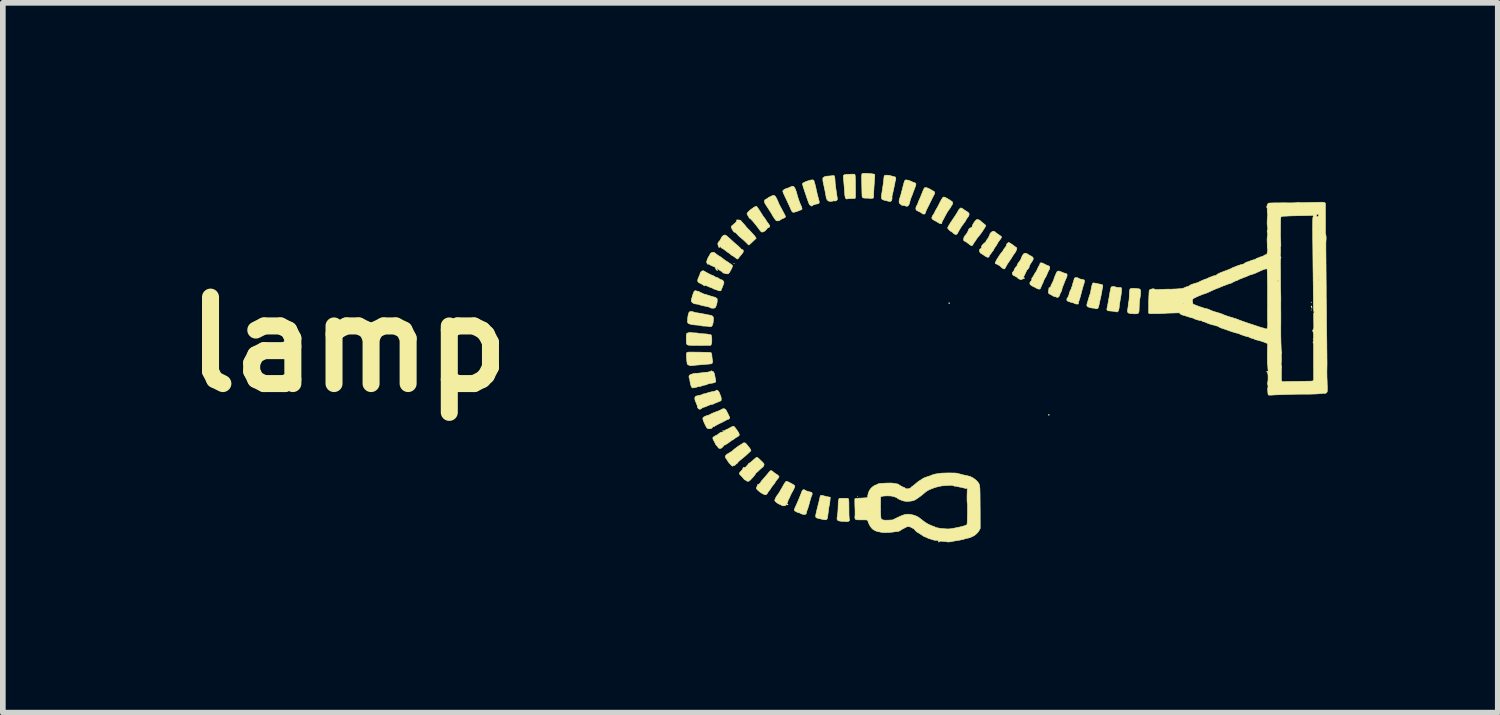
<source format=kicad_pcb>
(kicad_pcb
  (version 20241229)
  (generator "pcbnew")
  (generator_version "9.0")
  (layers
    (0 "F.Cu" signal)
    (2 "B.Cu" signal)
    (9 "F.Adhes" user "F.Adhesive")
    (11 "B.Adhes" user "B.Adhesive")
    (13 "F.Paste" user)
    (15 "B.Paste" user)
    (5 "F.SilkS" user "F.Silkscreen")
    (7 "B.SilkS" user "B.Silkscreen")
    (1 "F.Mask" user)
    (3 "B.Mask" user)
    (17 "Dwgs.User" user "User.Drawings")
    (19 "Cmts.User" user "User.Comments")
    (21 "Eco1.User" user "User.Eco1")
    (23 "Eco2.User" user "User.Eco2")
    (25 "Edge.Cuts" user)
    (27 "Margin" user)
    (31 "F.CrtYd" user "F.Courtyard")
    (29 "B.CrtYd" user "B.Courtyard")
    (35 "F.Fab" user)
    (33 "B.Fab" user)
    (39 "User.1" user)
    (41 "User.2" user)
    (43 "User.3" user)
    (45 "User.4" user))
  (footprint "lamp"
    (layer "F.Cu")
    (at 14.842 3.022)
    (property "Reference" "lamp" (at -11.75 0 0) (layer "F.SilkS") (effects (font (size 1.524 1.524) (thickness 0.3))))
    (attr through_hole)
    (fp_poly (pts (xy -2.775 2.677) (xy -2.778 2.68) (xy -2.781 2.677) (xy -2.778 2.673) (xy -2.775 2.677)) (stroke (width 0.01) (type solid)) (fill yes) (layer "F.SilkS"))
    (fp_poly (pts (xy 5.226 -0.606) (xy 5.223 -0.603) (xy 5.22 -0.606) (xy 5.223 -0.61) (xy 5.226 -0.606)) (stroke (width 0.01) (type solid)) (fill yes) (layer "F.SilkS"))
    (fp_poly (pts (xy -4.949 -1.427) (xy -4.95 -1.423) (xy -4.953 -1.422) (xy -4.958 -1.425) (xy -4.957 -1.427) (xy -4.95 -1.427) (xy -4.949 -1.427)) (stroke (width 0.01) (type solid)) (fill yes) (layer "F.SilkS"))
    (fp_poly (pts (xy 5.224 -0.747) (xy 5.225 -0.74) (xy 5.224 -0.739) (xy 5.22 -0.74) (xy 5.22 -0.743) (xy 5.222 -0.748) (xy 5.224 -0.747)) (stroke (width 0.01) (type solid)) (fill yes) (layer "F.SilkS"))
    (fp_poly (pts (xy -5.143 1.515) (xy -5.14 1.522) (xy -5.141 1.524) (xy -5.147 1.53) (xy -5.15 1.524) (xy -5.15 1.52) (xy -5.147 1.514) (xy -5.143 1.515)) (stroke (width 0.01) (type solid)) (fill yes) (layer "F.SilkS"))
    (fp_poly (pts (xy -4.001 2.822) (xy -4.001 2.825) (xy -4.008 2.828) (xy -4.012 2.826) (xy -4.017 2.82) (xy -4.013 2.816) (xy -4.004 2.815) (xy -4.001 2.822)) (stroke (width 0.01) (type solid)) (fill yes) (layer "F.SilkS"))
    (fp_poly (pts (xy -1.156 -0.729) (xy -1.157 -0.723) (xy -1.161 -0.718) (xy -1.165 -0.723) (xy -1.167 -0.732) (xy -1.166 -0.735) (xy -1.16 -0.736) (xy -1.156 -0.729)) (stroke (width 0.01) (type solid)) (fill yes) (layer "F.SilkS"))
    (fp_poly (pts (xy 0.604 1.24) (xy 0.604 1.241) (xy 0.599 1.249) (xy 0.597 1.25) (xy 0.592 1.247) (xy 0.591 1.241) (xy 0.594 1.234) (xy 0.597 1.233) (xy 0.604 1.24)) (stroke (width 0.01) (type solid)) (fill yes) (layer "F.SilkS"))
    (fp_poly (pts (xy 5.232 -0.675) (xy 5.232 -0.673) (xy 5.228 -0.665) (xy 5.226 -0.664) (xy 5.221 -0.665) (xy 5.22 -0.67) (xy 5.223 -0.678) (xy 5.226 -0.679) (xy 5.232 -0.675)) (stroke (width 0.01) (type solid)) (fill yes) (layer "F.SilkS"))
    (fp_poly (pts (xy 5.232 -0.651) (xy 5.238 -0.645) (xy 5.239 -0.644) (xy 5.234 -0.641) (xy 5.232 -0.641) (xy 5.226 -0.646) (xy 5.226 -0.648) (xy 5.23 -0.652) (xy 5.232 -0.651)) (stroke (width 0.01) (type solid)) (fill yes) (layer "F.SilkS"))
    (fp_poly (pts (xy -2.986 2.711) (xy -2.963 2.712) (xy -2.949 2.714) (xy -2.94 2.718) (xy -2.935 2.722) (xy -2.933 2.729) (xy -2.931 2.744) (xy -2.929 2.768) (xy -2.928 2.8) (xy -2.928 2.844) (xy -2.927 2.896) (xy -2.927 2.956) (xy -2.926 3.006) (xy -2.924 3.043) (xy -2.922 3.068) (xy -2.92 3.08) (xy -2.916 3.095) (xy -2.919 3.104) (xy -2.927 3.112) (xy -2.934 3.117) (xy -2.941 3.12) (xy -2.953 3.122) (xy -2.969 3.122) (xy -2.993 3.121) (xy -3.027 3.119) (xy -3.049 3.118) (xy -3.085 3.114) (xy -3.111 3.107) (xy -3.127 3.098) (xy -3.135 3.085) (xy -3.137 3.068) (xy -3.136 3.051) (xy -3.132 3.025) (xy -3.128 2.998) (xy -3.127 2.994) (xy -3.124 2.966) (xy -3.121 2.931) (xy -3.119 2.893) (xy -3.118 2.866) (xy -3.117 2.823) (xy -3.115 2.784) (xy -3.111 2.752) (xy -3.106 2.729) (xy -3.1 2.716) (xy -3.1 2.716) (xy -3.091 2.714) (xy -3.073 2.712) (xy -3.048 2.711) (xy -3.019 2.711) (xy -2.986 2.711)) (stroke (width 0.01) (type solid)) (fill yes) (layer "F.SilkS"))
    (fp_poly (pts (xy -3.562 -2.901) (xy -3.548 -2.893) (xy -3.543 -2.883) (xy -3.539 -2.868) (xy -3.533 -2.847) (xy -3.527 -2.829) (xy -3.52 -2.801) (xy -3.512 -2.768) (xy -3.508 -2.75) (xy -3.499 -2.708) (xy -3.488 -2.66) (xy -3.476 -2.612) (xy -3.464 -2.569) (xy -3.46 -2.553) (xy -3.452 -2.523) (xy -3.451 -2.502) (xy -3.456 -2.489) (xy -3.469 -2.482) (xy -3.478 -2.479) (xy -3.506 -2.474) (xy -3.532 -2.467) (xy -3.554 -2.459) (xy -3.569 -2.451) (xy -3.573 -2.447) (xy -3.578 -2.44) (xy -3.585 -2.44) (xy -3.598 -2.447) (xy -3.607 -2.453) (xy -3.614 -2.458) (xy -3.621 -2.465) (xy -3.627 -2.475) (xy -3.634 -2.49) (xy -3.643 -2.512) (xy -3.653 -2.541) (xy -3.667 -2.58) (xy -3.675 -2.604) (xy -3.696 -2.666) (xy -3.713 -2.717) (xy -3.726 -2.757) (xy -3.736 -2.789) (xy -3.743 -2.811) (xy -3.746 -2.826) (xy -3.746 -2.832) (xy -3.741 -2.841) (xy -3.725 -2.852) (xy -3.702 -2.864) (xy -3.674 -2.875) (xy -3.644 -2.886) (xy -3.615 -2.894) (xy -3.588 -2.9) (xy -3.567 -2.901) (xy -3.562 -2.901)) (stroke (width 0.01) (type solid)) (fill yes) (layer "F.SilkS"))
    (fp_poly (pts (xy -2.842 -3.001) (xy -2.831 -3) (xy -2.824 -2.997) (xy -2.822 -2.994) (xy -2.82 -2.99) (xy -2.819 -2.983) (xy -2.817 -2.971) (xy -2.816 -2.955) (xy -2.815 -2.931) (xy -2.814 -2.901) (xy -2.813 -2.861) (xy -2.813 -2.812) (xy -2.812 -2.753) (xy -2.812 -2.686) (xy -2.812 -2.651) (xy -2.812 -2.621) (xy -2.813 -2.597) (xy -2.815 -2.583) (xy -2.815 -2.579) (xy -2.825 -2.575) (xy -2.847 -2.573) (xy -2.881 -2.572) (xy -2.884 -2.572) (xy -2.912 -2.571) (xy -2.936 -2.57) (xy -2.953 -2.567) (xy -2.959 -2.566) (xy -2.971 -2.564) (xy -2.98 -2.57) (xy -2.985 -2.578) (xy -2.99 -2.587) (xy -2.994 -2.599) (xy -2.997 -2.616) (xy -3 -2.639) (xy -3.003 -2.671) (xy -3.006 -2.713) (xy -3.007 -2.731) (xy -3.01 -2.774) (xy -3.014 -2.817) (xy -3.017 -2.857) (xy -3.02 -2.89) (xy -3.022 -2.911) (xy -3.025 -2.942) (xy -3.026 -2.964) (xy -3.023 -2.979) (xy -3.014 -2.988) (xy -2.999 -2.994) (xy -2.975 -2.997) (xy -2.94 -2.999) (xy -2.923 -3) (xy -2.886 -3.001) (xy -2.86 -3.002) (xy -2.842 -3.001)) (stroke (width 0.01) (type solid)) (fill yes) (layer "F.SilkS"))
    (fp_poly (pts (xy 1.749 -1.02) (xy 1.774 -1.013) (xy 1.794 -1.007) (xy 1.819 -1.004) (xy 1.831 -1.004) (xy 1.852 -1.004) (xy 1.868 -1.002) (xy 1.873 -1) (xy 1.877 -0.991) (xy 1.878 -0.972) (xy 1.877 -0.945) (xy 1.874 -0.912) (xy 1.87 -0.875) (xy 1.864 -0.838) (xy 1.855 -0.789) (xy 1.849 -0.75) (xy 1.844 -0.718) (xy 1.84 -0.692) (xy 1.838 -0.669) (xy 1.837 -0.66) (xy 1.833 -0.63) (xy 1.826 -0.603) (xy 1.816 -0.584) (xy 1.806 -0.574) (xy 1.803 -0.574) (xy 1.792 -0.574) (xy 1.774 -0.577) (xy 1.756 -0.581) (xy 1.726 -0.586) (xy 1.694 -0.589) (xy 1.678 -0.59) (xy 1.648 -0.593) (xy 1.628 -0.601) (xy 1.62 -0.615) (xy 1.619 -0.62) (xy 1.621 -0.631) (xy 1.624 -0.649) (xy 1.629 -0.669) (xy 1.633 -0.688) (xy 1.638 -0.717) (xy 1.645 -0.753) (xy 1.652 -0.792) (xy 1.657 -0.822) (xy 1.667 -0.877) (xy 1.674 -0.92) (xy 1.681 -0.953) (xy 1.686 -0.977) (xy 1.69 -0.995) (xy 1.694 -1.007) (xy 1.696 -1.011) (xy 1.707 -1.019) (xy 1.726 -1.022) (xy 1.749 -1.02)) (stroke (width 0.01) (type solid)) (fill yes) (layer "F.SilkS"))
    (fp_poly (pts (xy -5.705 -0.209) (xy -5.696 -0.207) (xy -5.678 -0.205) (xy -5.654 -0.204) (xy -5.647 -0.204) (xy -5.621 -0.203) (xy -5.599 -0.201) (xy -5.584 -0.198) (xy -5.582 -0.197) (xy -5.571 -0.194) (xy -5.549 -0.191) (xy -5.522 -0.189) (xy -5.494 -0.188) (xy -5.463 -0.186) (xy -5.435 -0.184) (xy -5.415 -0.181) (xy -5.405 -0.178) (xy -5.389 -0.174) (xy -5.379 -0.174) (xy -5.366 -0.173) (xy -5.357 -0.166) (xy -5.352 -0.154) (xy -5.348 -0.132) (xy -5.345 -0.104) (xy -5.345 -0.074) (xy -5.346 -0.044) (xy -5.349 -0.019) (xy -5.354 -0.002) (xy -5.355 0.000382) (xy -5.366 0.015) (xy -5.529 0.016) (xy -5.576 0.016) (xy -5.621 0.015) (xy -5.661 0.015) (xy -5.695 0.015) (xy -5.72 0.014) (xy -5.732 0.014) (xy -5.754 0.012) (xy -5.771 0.008) (xy -5.782 0.001) (xy -5.789 -0.013) (xy -5.792 -0.034) (xy -5.794 -0.065) (xy -5.794 -0.099) (xy -5.794 -0.134) (xy -5.793 -0.159) (xy -5.792 -0.176) (xy -5.789 -0.187) (xy -5.784 -0.194) (xy -5.784 -0.194) (xy -5.771 -0.202) (xy -5.753 -0.207) (xy -5.732 -0.211) (xy -5.714 -0.212) (xy -5.705 -0.209)) (stroke (width 0.01) (type solid)) (fill yes) (layer "F.SilkS"))
    (fp_poly (pts (xy -3.403 2.661) (xy -3.383 2.665) (xy -3.354 2.673) (xy -3.343 2.676) (xy -3.318 2.682) (xy -3.293 2.687) (xy -3.281 2.689) (xy -3.256 2.693) (xy -3.261 2.748) (xy -3.264 2.778) (xy -3.268 2.808) (xy -3.272 2.832) (xy -3.273 2.835) (xy -3.278 2.855) (xy -3.281 2.871) (xy -3.282 2.877) (xy -3.283 2.886) (xy -3.285 2.906) (xy -3.289 2.932) (xy -3.293 2.962) (xy -3.297 2.992) (xy -3.301 3.02) (xy -3.304 3.042) (xy -3.305 3.053) (xy -3.312 3.074) (xy -3.324 3.087) (xy -3.342 3.091) (xy -3.37 3.088) (xy -3.378 3.086) (xy -3.395 3.082) (xy -3.42 3.077) (xy -3.447 3.071) (xy -3.449 3.07) (xy -3.478 3.063) (xy -3.498 3.056) (xy -3.51 3.046) (xy -3.514 3.032) (xy -3.513 3.011) (xy -3.507 2.98) (xy -3.503 2.964) (xy -3.495 2.927) (xy -3.484 2.883) (xy -3.473 2.84) (xy -3.467 2.816) (xy -3.459 2.784) (xy -3.451 2.752) (xy -3.445 2.726) (xy -3.442 2.71) (xy -3.437 2.69) (xy -3.432 2.673) (xy -3.43 2.668) (xy -3.426 2.663) (xy -3.422 2.659) (xy -3.415 2.659) (xy -3.403 2.661)) (stroke (width 0.01) (type solid)) (fill yes) (layer "F.SilkS"))
    (fp_poly (pts (xy 2.1 -0.989) (xy 2.129 -0.987) (xy 2.157 -0.984) (xy 2.181 -0.981) (xy 2.198 -0.977) (xy 2.204 -0.973) (xy 2.211 -0.958) (xy 2.214 -0.932) (xy 2.214 -0.9) (xy 2.21 -0.863) (xy 2.207 -0.843) (xy 2.2 -0.8) (xy 2.195 -0.757) (xy 2.191 -0.71) (xy 2.189 -0.654) (xy 2.188 -0.629) (xy 2.187 -0.594) (xy 2.183 -0.569) (xy 2.176 -0.554) (xy 2.162 -0.545) (xy 2.141 -0.541) (xy 2.111 -0.54) (xy 2.106 -0.54) (xy 2.077 -0.542) (xy 2.049 -0.544) (xy 2.027 -0.546) (xy 2.026 -0.547) (xy 2.001 -0.554) (xy 1.987 -0.567) (xy 1.982 -0.586) (xy 1.985 -0.613) (xy 1.987 -0.622) (xy 1.99 -0.64) (xy 1.994 -0.665) (xy 1.996 -0.692) (xy 1.996 -0.693) (xy 1.999 -0.718) (xy 2.002 -0.741) (xy 2.006 -0.756) (xy 2.006 -0.757) (xy 2.008 -0.769) (xy 2.011 -0.791) (xy 2.013 -0.82) (xy 2.015 -0.854) (xy 2.015 -0.864) (xy 2.017 -0.905) (xy 2.019 -0.934) (xy 2.021 -0.955) (xy 2.024 -0.968) (xy 2.029 -0.977) (xy 2.036 -0.983) (xy 2.039 -0.985) (xy 2.052 -0.988) (xy 2.073 -0.989) (xy 2.1 -0.989)) (stroke (width 0.01) (type solid)) (fill yes) (layer "F.SilkS"))
    (fp_poly (pts (xy -1.903 -2.899) (xy -1.88 -2.894) (xy -1.853 -2.885) (xy -1.826 -2.873) (xy -1.826 -2.873) (xy -1.802 -2.862) (xy -1.78 -2.854) (xy -1.765 -2.849) (xy -1.764 -2.848) (xy -1.752 -2.843) (xy -1.747 -2.831) (xy -1.748 -2.812) (xy -1.756 -2.785) (xy -1.768 -2.754) (xy -1.778 -2.727) (xy -1.788 -2.702) (xy -1.795 -2.684) (xy -1.796 -2.68) (xy -1.801 -2.664) (xy -1.81 -2.64) (xy -1.821 -2.613) (xy -1.825 -2.604) (xy -1.837 -2.574) (xy -1.847 -2.542) (xy -1.854 -2.515) (xy -1.855 -2.509) (xy -1.864 -2.476) (xy -1.878 -2.452) (xy -1.895 -2.438) (xy -1.915 -2.436) (xy -1.93 -2.442) (xy -1.947 -2.448) (xy -1.968 -2.451) (xy -1.973 -2.451) (xy -1.995 -2.454) (xy -2.005 -2.461) (xy -2.015 -2.471) (xy -2.026 -2.479) (xy -2.039 -2.492) (xy -2.044 -2.514) (xy -2.041 -2.544) (xy -2.032 -2.579) (xy -2.024 -2.601) (xy -2.017 -2.623) (xy -2.01 -2.646) (xy -2.003 -2.674) (xy -1.994 -2.708) (xy -1.983 -2.75) (xy -1.976 -2.779) (xy -1.965 -2.821) (xy -1.956 -2.852) (xy -1.949 -2.874) (xy -1.942 -2.889) (xy -1.935 -2.897) (xy -1.927 -2.9) (xy -1.916 -2.9) (xy -1.903 -2.899)) (stroke (width 0.01) (type solid)) (fill yes) (layer "F.SilkS"))
    (fp_poly (pts (xy -3.696 2.571) (xy -3.695 2.571) (xy -3.679 2.581) (xy -3.655 2.589) (xy -3.622 2.598) (xy -3.604 2.602) (xy -3.587 2.606) (xy -3.579 2.613) (xy -3.576 2.627) (xy -3.576 2.628) (xy -3.576 2.645) (xy -3.58 2.656) (xy -3.58 2.656) (xy -3.586 2.668) (xy -3.594 2.691) (xy -3.604 2.723) (xy -3.616 2.763) (xy -3.628 2.81) (xy -3.629 2.813) (xy -3.638 2.845) (xy -3.648 2.877) (xy -3.657 2.904) (xy -3.662 2.915) (xy -3.67 2.937) (xy -3.675 2.957) (xy -3.677 2.967) (xy -3.681 2.984) (xy -3.694 2.994) (xy -3.717 2.997) (xy -3.75 2.991) (xy -3.75 2.991) (xy -3.77 2.984) (xy -3.785 2.976) (xy -3.8 2.968) (xy -3.812 2.965) (xy -3.826 2.962) (xy -3.844 2.955) (xy -3.864 2.944) (xy -3.88 2.934) (xy -3.888 2.925) (xy -3.888 2.924) (xy -3.89 2.918) (xy -3.889 2.91) (xy -3.885 2.898) (xy -3.878 2.879) (xy -3.866 2.852) (xy -3.861 2.842) (xy -3.842 2.799) (xy -3.822 2.754) (xy -3.803 2.709) (xy -3.787 2.669) (xy -3.774 2.636) (xy -3.771 2.629) (xy -3.763 2.606) (xy -3.754 2.585) (xy -3.748 2.573) (xy -3.734 2.561) (xy -3.716 2.561) (xy -3.696 2.571)) (stroke (width 0.01) (type solid)) (fill yes) (layer "F.SilkS"))
    (fp_poly (pts (xy -3.187 -2.974) (xy -3.181 -2.963) (xy -3.181 -2.962) (xy -3.178 -2.948) (xy -3.175 -2.926) (xy -3.173 -2.898) (xy -3.172 -2.887) (xy -3.171 -2.858) (xy -3.168 -2.825) (xy -3.163 -2.787) (xy -3.157 -2.741) (xy -3.149 -2.685) (xy -3.14 -2.625) (xy -3.135 -2.595) (xy -3.132 -2.574) (xy -3.132 -2.561) (xy -3.133 -2.553) (xy -3.138 -2.547) (xy -3.144 -2.54) (xy -3.145 -2.54) (xy -3.16 -2.53) (xy -3.178 -2.53) (xy -3.18 -2.53) (xy -3.196 -2.532) (xy -3.208 -2.53) (xy -3.208 -2.529) (xy -3.222 -2.525) (xy -3.242 -2.523) (xy -3.264 -2.524) (xy -3.283 -2.526) (xy -3.283 -2.526) (xy -3.301 -2.538) (xy -3.316 -2.558) (xy -3.327 -2.586) (xy -3.33 -2.602) (xy -3.335 -2.633) (xy -3.342 -2.672) (xy -3.35 -2.712) (xy -3.358 -2.751) (xy -3.365 -2.784) (xy -3.368 -2.797) (xy -3.378 -2.84) (xy -3.385 -2.877) (xy -3.387 -2.908) (xy -3.386 -2.931) (xy -3.381 -2.944) (xy -3.375 -2.946) (xy -3.364 -2.951) (xy -3.36 -2.955) (xy -3.349 -2.96) (xy -3.327 -2.965) (xy -3.295 -2.968) (xy -3.294 -2.968) (xy -3.265 -2.97) (xy -3.238 -2.973) (xy -3.217 -2.975) (xy -3.212 -2.976) (xy -3.196 -2.977) (xy -3.187 -2.974)) (stroke (width 0.01) (type solid)) (fill yes) (layer "F.SilkS"))
    (fp_poly (pts (xy -2.625 -3.016) (xy -2.597 -3.015) (xy -2.566 -3.012) (xy -2.536 -3.01) (xy -2.509 -3.006) (xy -2.488 -3.003) (xy -2.476 -3) (xy -2.475 -3) (xy -2.473 -2.992) (xy -2.472 -2.974) (xy -2.473 -2.949) (xy -2.473 -2.947) (xy -2.475 -2.922) (xy -2.477 -2.888) (xy -2.48 -2.851) (xy -2.483 -2.813) (xy -2.483 -2.81) (xy -2.486 -2.77) (xy -2.488 -2.726) (xy -2.491 -2.685) (xy -2.492 -2.652) (xy -2.493 -2.624) (xy -2.494 -2.601) (xy -2.496 -2.586) (xy -2.497 -2.582) (xy -2.505 -2.579) (xy -2.52 -2.577) (xy -2.539 -2.576) (xy -2.556 -2.575) (xy -2.567 -2.576) (xy -2.568 -2.576) (xy -2.576 -2.578) (xy -2.593 -2.579) (xy -2.615 -2.579) (xy -2.62 -2.579) (xy -2.652 -2.58) (xy -2.673 -2.583) (xy -2.686 -2.59) (xy -2.693 -2.602) (xy -2.695 -2.612) (xy -2.696 -2.623) (xy -2.697 -2.645) (xy -2.698 -2.677) (xy -2.699 -2.716) (xy -2.7 -2.76) (xy -2.701 -2.808) (xy -2.701 -2.817) (xy -2.702 -2.873) (xy -2.703 -2.917) (xy -2.703 -2.951) (xy -2.702 -2.976) (xy -2.701 -2.993) (xy -2.699 -3.004) (xy -2.697 -3.009) (xy -2.696 -3.009) (xy -2.686 -3.013) (xy -2.667 -3.016) (xy -2.647 -3.017) (xy -2.625 -3.016)) (stroke (width 0.01) (type solid)) (fill yes) (layer "F.SilkS"))
    (fp_poly (pts (xy -2.229 -2.982) (xy -2.199 -2.976) (xy -2.185 -2.972) (xy -2.162 -2.965) (xy -2.142 -2.96) (xy -2.132 -2.958) (xy -2.117 -2.954) (xy -2.11 -2.951) (xy -2.105 -2.942) (xy -2.102 -2.926) (xy -2.102 -2.909) (xy -2.105 -2.896) (xy -2.106 -2.893) (xy -2.111 -2.884) (xy -2.112 -2.878) (xy -2.114 -2.865) (xy -2.118 -2.842) (xy -2.124 -2.812) (xy -2.131 -2.778) (xy -2.139 -2.743) (xy -2.146 -2.708) (xy -2.153 -2.677) (xy -2.159 -2.653) (xy -2.163 -2.639) (xy -2.167 -2.616) (xy -2.169 -2.595) (xy -2.168 -2.587) (xy -2.168 -2.565) (xy -2.174 -2.544) (xy -2.182 -2.529) (xy -2.192 -2.522) (xy -2.202 -2.521) (xy -2.217 -2.522) (xy -2.226 -2.524) (xy -2.235 -2.526) (xy -2.252 -2.53) (xy -2.276 -2.536) (xy -2.283 -2.537) (xy -2.312 -2.545) (xy -2.334 -2.554) (xy -2.345 -2.561) (xy -2.353 -2.576) (xy -2.355 -2.6) (xy -2.353 -2.633) (xy -2.349 -2.654) (xy -2.344 -2.688) (xy -2.337 -2.729) (xy -2.331 -2.774) (xy -2.324 -2.818) (xy -2.319 -2.86) (xy -2.315 -2.896) (xy -2.312 -2.923) (xy -2.312 -2.923) (xy -2.309 -2.953) (xy -2.304 -2.972) (xy -2.299 -2.978) (xy -2.283 -2.983) (xy -2.258 -2.984) (xy -2.229 -2.982)) (stroke (width 0.01) (type solid)) (fill yes) (layer "F.SilkS"))
    (fp_poly (pts (xy -4.013 2.416) (xy -3.994 2.424) (xy -3.97 2.436) (xy -3.945 2.449) (xy -3.92 2.463) (xy -3.9 2.476) (xy -3.886 2.487) (xy -3.882 2.491) (xy -3.882 2.506) (xy -3.886 2.52) (xy -3.895 2.538) (xy -3.904 2.558) (xy -3.905 2.559) (xy -3.914 2.578) (xy -3.927 2.6) (xy -3.932 2.609) (xy -3.945 2.633) (xy -3.957 2.66) (xy -3.963 2.673) (xy -3.972 2.694) (xy -3.98 2.711) (xy -3.985 2.719) (xy -3.992 2.73) (xy -3.999 2.749) (xy -4.007 2.772) (xy -4.018 2.805) (xy -4.031 2.826) (xy -4.046 2.839) (xy -4.066 2.844) (xy -4.076 2.845) (xy -4.105 2.84) (xy -4.12 2.832) (xy -4.134 2.823) (xy -4.144 2.819) (xy -4.158 2.815) (xy -4.176 2.805) (xy -4.196 2.791) (xy -4.215 2.776) (xy -4.229 2.761) (xy -4.235 2.75) (xy -4.235 2.748) (xy -4.232 2.735) (xy -4.224 2.715) (xy -4.213 2.693) (xy -4.201 2.672) (xy -4.19 2.658) (xy -4.19 2.657) (xy -4.181 2.647) (xy -4.17 2.631) (xy -4.155 2.607) (xy -4.136 2.575) (xy -4.112 2.534) (xy -4.094 2.502) (xy -4.075 2.468) (xy -4.06 2.444) (xy -4.049 2.428) (xy -4.04 2.418) (xy -4.032 2.414) (xy -4.025 2.413) (xy -4.013 2.416)) (stroke (width 0.01) (type solid)) (fill yes) (layer "F.SilkS"))
    (fp_poly (pts (xy -1.554 -2.762) (xy -1.524 -2.751) (xy -1.49 -2.733) (xy -1.47 -2.721) (xy -1.451 -2.71) (xy -1.435 -2.701) (xy -1.428 -2.697) (xy -1.417 -2.687) (xy -1.415 -2.671) (xy -1.421 -2.65) (xy -1.423 -2.647) (xy -1.428 -2.638) (xy -1.434 -2.626) (xy -1.442 -2.61) (xy -1.453 -2.589) (xy -1.467 -2.56) (xy -1.485 -2.523) (xy -1.508 -2.477) (xy -1.517 -2.457) (xy -1.53 -2.432) (xy -1.543 -2.406) (xy -1.553 -2.388) (xy -1.564 -2.364) (xy -1.573 -2.34) (xy -1.575 -2.332) (xy -1.583 -2.31) (xy -1.596 -2.299) (xy -1.614 -2.299) (xy -1.626 -2.302) (xy -1.64 -2.309) (xy -1.646 -2.315) (xy -1.646 -2.316) (xy -1.651 -2.321) (xy -1.665 -2.33) (xy -1.685 -2.339) (xy -1.691 -2.342) (xy -1.716 -2.354) (xy -1.735 -2.365) (xy -1.744 -2.374) (xy -1.748 -2.393) (xy -1.745 -2.417) (xy -1.737 -2.44) (xy -1.728 -2.453) (xy -1.718 -2.467) (xy -1.714 -2.479) (xy -1.712 -2.49) (xy -1.705 -2.509) (xy -1.695 -2.533) (xy -1.688 -2.549) (xy -1.673 -2.582) (xy -1.657 -2.621) (xy -1.643 -2.656) (xy -1.64 -2.664) (xy -1.624 -2.703) (xy -1.612 -2.732) (xy -1.602 -2.751) (xy -1.594 -2.761) (xy -1.592 -2.763) (xy -1.577 -2.766) (xy -1.554 -2.762)) (stroke (width 0.01) (type solid)) (fill yes) (layer "F.SilkS"))
    (fp_poly (pts (xy 1.406 -1.082) (xy 1.43 -1.077) (xy 1.444 -1.074) (xy 1.472 -1.068) (xy 1.497 -1.063) (xy 1.515 -1.06) (xy 1.52 -1.059) (xy 1.539 -1.053) (xy 1.547 -1.041) (xy 1.547 -1.02) (xy 1.544 -1.008) (xy 1.539 -0.987) (xy 1.534 -0.96) (xy 1.531 -0.937) (xy 1.526 -0.911) (xy 1.52 -0.878) (xy 1.513 -0.843) (xy 1.509 -0.826) (xy 1.502 -0.795) (xy 1.495 -0.766) (xy 1.491 -0.743) (xy 1.489 -0.733) (xy 1.483 -0.706) (xy 1.476 -0.678) (xy 1.469 -0.655) (xy 1.462 -0.64) (xy 1.46 -0.637) (xy 1.447 -0.631) (xy 1.429 -0.629) (xy 1.412 -0.634) (xy 1.41 -0.635) (xy 1.397 -0.639) (xy 1.379 -0.641) (xy 1.376 -0.641) (xy 1.356 -0.643) (xy 1.331 -0.648) (xy 1.314 -0.652) (xy 1.287 -0.663) (xy 1.271 -0.676) (xy 1.266 -0.693) (xy 1.269 -0.713) (xy 1.288 -0.776) (xy 1.303 -0.827) (xy 1.306 -0.838) (xy 1.312 -0.858) (xy 1.317 -0.874) (xy 1.32 -0.879) (xy 1.323 -0.883) (xy 1.325 -0.889) (xy 1.328 -0.899) (xy 1.331 -0.916) (xy 1.336 -0.94) (xy 1.342 -0.976) (xy 1.351 -1.021) (xy 1.36 -1.053) (xy 1.368 -1.074) (xy 1.376 -1.084) (xy 1.377 -1.084) (xy 1.387 -1.084) (xy 1.406 -1.082)) (stroke (width 0.01) (type solid)) (fill yes) (layer "F.SilkS"))
    (fp_poly (pts (xy -3.911 -2.788) (xy -3.902 -2.784) (xy -3.897 -2.779) (xy -3.884 -2.762) (xy -3.87 -2.733) (xy -3.855 -2.692) (xy -3.84 -2.639) (xy -3.839 -2.635) (xy -3.832 -2.608) (xy -3.822 -2.577) (xy -3.811 -2.544) (xy -3.799 -2.512) (xy -3.788 -2.483) (xy -3.779 -2.462) (xy -3.773 -2.449) (xy -3.772 -2.448) (xy -3.767 -2.436) (xy -3.761 -2.419) (xy -3.756 -2.402) (xy -3.754 -2.388) (xy -3.755 -2.383) (xy -3.765 -2.377) (xy -3.785 -2.368) (xy -3.81 -2.358) (xy -3.837 -2.348) (xy -3.863 -2.339) (xy -3.885 -2.333) (xy -3.899 -2.331) (xy -3.9 -2.33) (xy -3.917 -2.332) (xy -3.928 -2.341) (xy -3.935 -2.351) (xy -3.946 -2.371) (xy -3.956 -2.394) (xy -3.957 -2.397) (xy -3.961 -2.406) (xy -3.966 -2.418) (xy -3.973 -2.433) (xy -3.982 -2.452) (xy -3.994 -2.478) (xy -4.009 -2.51) (xy -4.028 -2.552) (xy -4.053 -2.603) (xy -4.058 -2.615) (xy -4.074 -2.649) (xy -4.085 -2.674) (xy -4.091 -2.691) (xy -4.093 -2.703) (xy -4.089 -2.712) (xy -4.082 -2.72) (xy -4.072 -2.728) (xy -4.055 -2.739) (xy -4.039 -2.746) (xy -4.034 -2.748) (xy -4.02 -2.751) (xy -4.001 -2.758) (xy -3.99 -2.762) (xy -3.959 -2.776) (xy -3.937 -2.785) (xy -3.921 -2.789) (xy -3.911 -2.788)) (stroke (width 0.01) (type solid)) (fill yes) (layer "F.SilkS"))
    (fp_poly (pts (xy -5.675 -0.576) (xy -5.662 -0.57) (xy -5.65 -0.566) (xy -5.63 -0.562) (xy -5.604 -0.557) (xy -5.592 -0.556) (xy -5.561 -0.551) (xy -5.524 -0.544) (xy -5.484 -0.537) (xy -5.455 -0.531) (xy -5.424 -0.525) (xy -5.396 -0.519) (xy -5.375 -0.516) (xy -5.363 -0.514) (xy -5.362 -0.514) (xy -5.349 -0.51) (xy -5.333 -0.5) (xy -5.331 -0.498) (xy -5.323 -0.489) (xy -5.318 -0.481) (xy -5.316 -0.468) (xy -5.316 -0.449) (xy -5.317 -0.433) (xy -5.321 -0.388) (xy -5.328 -0.355) (xy -5.339 -0.332) (xy -5.347 -0.322) (xy -5.359 -0.315) (xy -5.371 -0.312) (xy -5.389 -0.315) (xy -5.404 -0.318) (xy -5.421 -0.321) (xy -5.446 -0.323) (xy -5.474 -0.324) (xy -5.477 -0.324) (xy -5.502 -0.325) (xy -5.522 -0.328) (xy -5.535 -0.331) (xy -5.536 -0.332) (xy -5.546 -0.335) (xy -5.565 -0.338) (xy -5.589 -0.34) (xy -5.593 -0.341) (xy -5.639 -0.344) (xy -5.681 -0.349) (xy -5.716 -0.356) (xy -5.743 -0.364) (xy -5.753 -0.369) (xy -5.763 -0.376) (xy -5.769 -0.384) (xy -5.772 -0.397) (xy -5.772 -0.419) (xy -5.772 -0.421) (xy -5.77 -0.457) (xy -5.766 -0.493) (xy -5.76 -0.525) (xy -5.752 -0.552) (xy -5.744 -0.569) (xy -5.74 -0.573) (xy -5.723 -0.58) (xy -5.7 -0.58) (xy -5.675 -0.576)) (stroke (width 0.01) (type solid)) (fill yes) (layer "F.SilkS"))
    (fp_poly (pts (xy -4.873 -2.194) (xy -4.852 -2.192) (xy -4.838 -2.188) (xy -4.833 -2.185) (xy -4.828 -2.177) (xy -4.817 -2.163) (xy -4.8 -2.145) (xy -4.789 -2.133) (xy -4.771 -2.113) (xy -4.756 -2.096) (xy -4.746 -2.084) (xy -4.744 -2.08) (xy -4.738 -2.073) (xy -4.726 -2.059) (xy -4.71 -2.042) (xy -4.706 -2.038) (xy -4.676 -2.008) (xy -4.647 -1.977) (xy -4.621 -1.948) (xy -4.598 -1.923) (xy -4.582 -1.902) (xy -4.573 -1.89) (xy -4.562 -1.872) (xy -4.625 -1.812) (xy -4.648 -1.79) (xy -4.668 -1.772) (xy -4.683 -1.759) (xy -4.691 -1.753) (xy -4.692 -1.753) (xy -4.698 -1.757) (xy -4.71 -1.768) (xy -4.725 -1.783) (xy -4.751 -1.809) (xy -4.783 -1.839) (xy -4.817 -1.868) (xy -4.848 -1.894) (xy -4.851 -1.896) (xy -4.868 -1.911) (xy -4.887 -1.931) (xy -4.898 -1.944) (xy -4.918 -1.965) (xy -4.935 -1.975) (xy -4.939 -1.976) (xy -4.954 -1.984) (xy -4.97 -2.004) (xy -4.988 -2.035) (xy -4.997 -2.056) (xy -5.003 -2.071) (xy -5.001 -2.081) (xy -4.991 -2.091) (xy -4.985 -2.097) (xy -4.97 -2.109) (xy -4.951 -2.126) (xy -4.933 -2.141) (xy -4.916 -2.159) (xy -4.907 -2.172) (xy -4.905 -2.182) (xy -4.905 -2.184) (xy -4.907 -2.192) (xy -4.903 -2.195) (xy -4.893 -2.196) (xy -4.873 -2.194)) (stroke (width 0.01) (type solid)) (fill yes) (layer "F.SilkS"))
    (fp_poly (pts (xy -5.69 0.135) (xy -5.655 0.135) (xy -5.611 0.136) (xy -5.556 0.136) (xy -5.522 0.137) (xy -5.471 0.138) (xy -5.431 0.139) (xy -5.402 0.14) (xy -5.381 0.141) (xy -5.366 0.143) (xy -5.358 0.146) (xy -5.355 0.148) (xy -5.349 0.161) (xy -5.344 0.185) (xy -5.343 0.207) (xy -5.34 0.234) (xy -5.337 0.259) (xy -5.334 0.276) (xy -5.333 0.277) (xy -5.33 0.301) (xy -5.334 0.322) (xy -5.343 0.336) (xy -5.353 0.34) (xy -5.372 0.343) (xy -5.396 0.346) (xy -5.398 0.346) (xy -5.427 0.348) (xy -5.456 0.35) (xy -5.476 0.352) (xy -5.5 0.354) (xy -5.53 0.357) (xy -5.553 0.359) (xy -5.581 0.361) (xy -5.616 0.364) (xy -5.649 0.367) (xy -5.655 0.368) (xy -5.684 0.371) (xy -5.703 0.373) (xy -5.717 0.373) (xy -5.726 0.372) (xy -5.736 0.37) (xy -5.745 0.366) (xy -5.761 0.359) (xy -5.772 0.352) (xy -5.772 0.352) (xy -5.777 0.342) (xy -5.781 0.321) (xy -5.785 0.293) (xy -5.788 0.26) (xy -5.79 0.226) (xy -5.791 0.198) (xy -5.791 0.172) (xy -5.79 0.156) (xy -5.787 0.147) (xy -5.781 0.142) (xy -5.776 0.14) (xy -5.771 0.138) (xy -5.766 0.137) (xy -5.76 0.136) (xy -5.75 0.135) (xy -5.736 0.135) (xy -5.716 0.135) (xy -5.69 0.135)) (stroke (width 0.01) (type solid)) (fill yes) (layer "F.SilkS"))
    (fp_poly (pts (xy -1.247 -2.598) (xy -1.231 -2.592) (xy -1.222 -2.588) (xy -1.2 -2.576) (xy -1.174 -2.561) (xy -1.149 -2.546) (xy -1.127 -2.531) (xy -1.111 -2.52) (xy -1.103 -2.512) (xy -1.099 -2.5) (xy -1.099 -2.484) (xy -1.102 -2.47) (xy -1.105 -2.467) (xy -1.111 -2.459) (xy -1.121 -2.444) (xy -1.127 -2.432) (xy -1.14 -2.409) (xy -1.155 -2.388) (xy -1.161 -2.38) (xy -1.172 -2.366) (xy -1.184 -2.348) (xy -1.198 -2.325) (xy -1.215 -2.295) (xy -1.236 -2.256) (xy -1.243 -2.242) (xy -1.256 -2.217) (xy -1.268 -2.195) (xy -1.277 -2.18) (xy -1.28 -2.175) (xy -1.287 -2.159) (xy -1.289 -2.145) (xy -1.292 -2.132) (xy -1.3 -2.128) (xy -1.318 -2.131) (xy -1.324 -2.133) (xy -1.337 -2.138) (xy -1.355 -2.149) (xy -1.364 -2.154) (xy -1.385 -2.168) (xy -1.408 -2.179) (xy -1.415 -2.183) (xy -1.44 -2.197) (xy -1.458 -2.212) (xy -1.466 -2.226) (xy -1.467 -2.229) (xy -1.463 -2.244) (xy -1.455 -2.264) (xy -1.444 -2.284) (xy -1.435 -2.296) (xy -1.425 -2.31) (xy -1.416 -2.329) (xy -1.416 -2.33) (xy -1.408 -2.347) (xy -1.396 -2.37) (xy -1.383 -2.392) (xy -1.368 -2.418) (xy -1.353 -2.446) (xy -1.343 -2.465) (xy -1.324 -2.503) (xy -1.306 -2.537) (xy -1.29 -2.565) (xy -1.276 -2.585) (xy -1.267 -2.595) (xy -1.258 -2.599) (xy -1.247 -2.598)) (stroke (width 0.01) (type solid)) (fill yes) (layer "F.SilkS"))
    (fp_poly (pts (xy -0.083 -1.784) (xy -0.063 -1.772) (xy -0.039 -1.755) (xy -0.017 -1.738) (xy 0.002 -1.724) (xy 0.016 -1.713) (xy 0.025 -1.708) (xy 0.025 -1.708) (xy 0.031 -1.703) (xy 0.032 -1.69) (xy 0.027 -1.671) (xy 0.019 -1.65) (xy 0.007 -1.628) (xy -0.006 -1.608) (xy -0.011 -1.603) (xy -0.019 -1.592) (xy -0.032 -1.573) (xy -0.046 -1.55) (xy -0.05 -1.544) (xy -0.068 -1.515) (xy -0.089 -1.483) (xy -0.109 -1.455) (xy -0.127 -1.429) (xy -0.145 -1.4) (xy -0.158 -1.375) (xy -0.158 -1.374) (xy -0.169 -1.354) (xy -0.179 -1.338) (xy -0.186 -1.332) (xy -0.197 -1.333) (xy -0.214 -1.34) (xy -0.22 -1.344) (xy -0.237 -1.357) (xy -0.252 -1.371) (xy -0.255 -1.375) (xy -0.266 -1.384) (xy -0.284 -1.396) (xy -0.305 -1.408) (xy -0.325 -1.418) (xy -0.34 -1.422) (xy -0.342 -1.422) (xy -0.349 -1.427) (xy -0.347 -1.441) (xy -0.338 -1.464) (xy -0.321 -1.496) (xy -0.314 -1.508) (xy -0.29 -1.546) (xy -0.271 -1.575) (xy -0.255 -1.598) (xy -0.24 -1.616) (xy -0.229 -1.629) (xy -0.216 -1.645) (xy -0.208 -1.66) (xy -0.207 -1.662) (xy -0.2 -1.674) (xy -0.188 -1.692) (xy -0.175 -1.708) (xy -0.157 -1.732) (xy -0.15 -1.749) (xy -0.15 -1.754) (xy -0.147 -1.769) (xy -0.133 -1.784) (xy -0.133 -1.784) (xy -0.113 -1.799) (xy -0.083 -1.784)) (stroke (width 0.01) (type solid)) (fill yes) (layer "F.SilkS"))
    (fp_poly (pts (xy -4.246 -2.627) (xy -4.229 -2.615) (xy -4.221 -2.605) (xy -4.211 -2.589) (xy -4.2 -2.567) (xy -4.189 -2.545) (xy -4.179 -2.524) (xy -4.173 -2.509) (xy -4.172 -2.503) (xy -4.171 -2.5) (xy -4.168 -2.493) (xy -4.162 -2.481) (xy -4.153 -2.463) (xy -4.139 -2.436) (xy -4.12 -2.401) (xy -4.093 -2.35) (xy -4.071 -2.309) (xy -4.056 -2.28) (xy -4.048 -2.261) (xy -4.045 -2.254) (xy -4.05 -2.244) (xy -4.063 -2.233) (xy -4.078 -2.225) (xy -4.088 -2.223) (xy -4.101 -2.218) (xy -4.119 -2.208) (xy -4.129 -2.2) (xy -4.157 -2.183) (xy -4.185 -2.178) (xy -4.209 -2.182) (xy -4.215 -2.189) (xy -4.227 -2.203) (xy -4.241 -2.222) (xy -4.255 -2.244) (xy -4.269 -2.264) (xy -4.278 -2.28) (xy -4.282 -2.288) (xy -4.286 -2.297) (xy -4.297 -2.314) (xy -4.312 -2.338) (xy -4.33 -2.366) (xy -4.339 -2.38) (xy -4.363 -2.417) (xy -4.381 -2.444) (xy -4.394 -2.465) (xy -4.403 -2.48) (xy -4.409 -2.49) (xy -4.412 -2.499) (xy -4.414 -2.506) (xy -4.416 -2.514) (xy -4.417 -2.532) (xy -4.411 -2.546) (xy -4.41 -2.547) (xy -4.399 -2.556) (xy -4.391 -2.559) (xy -4.383 -2.563) (xy -4.369 -2.572) (xy -4.362 -2.577) (xy -4.345 -2.59) (xy -4.329 -2.599) (xy -4.325 -2.6) (xy -4.308 -2.607) (xy -4.29 -2.617) (xy -4.29 -2.617) (xy -4.266 -2.628) (xy -4.246 -2.627)) (stroke (width 0.01) (type solid)) (fill yes) (layer "F.SilkS"))
    (fp_poly (pts (xy 0.476 -1.437) (xy 0.504 -1.426) (xy 0.527 -1.413) (xy 0.548 -1.402) (xy 0.572 -1.393) (xy 0.576 -1.392) (xy 0.594 -1.384) (xy 0.607 -1.375) (xy 0.61 -1.372) (xy 0.613 -1.354) (xy 0.61 -1.333) (xy 0.6 -1.315) (xy 0.6 -1.314) (xy 0.593 -1.303) (xy 0.584 -1.285) (xy 0.578 -1.27) (xy 0.562 -1.232) (xy 0.549 -1.203) (xy 0.535 -1.178) (xy 0.526 -1.165) (xy 0.514 -1.142) (xy 0.503 -1.117) (xy 0.501 -1.111) (xy 0.494 -1.09) (xy 0.485 -1.071) (xy 0.483 -1.067) (xy 0.474 -1.051) (xy 0.465 -1.03) (xy 0.461 -1.019) (xy 0.453 -1) (xy 0.447 -0.986) (xy 0.444 -0.982) (xy 0.43 -0.975) (xy 0.41 -0.978) (xy 0.385 -0.988) (xy 0.377 -0.993) (xy 0.353 -1.006) (xy 0.327 -1.019) (xy 0.318 -1.023) (xy 0.286 -1.04) (xy 0.267 -1.059) (xy 0.261 -1.078) (xy 0.266 -1.098) (xy 0.28 -1.115) (xy 0.293 -1.13) (xy 0.297 -1.143) (xy 0.296 -1.151) (xy 0.296 -1.167) (xy 0.301 -1.173) (xy 0.309 -1.181) (xy 0.319 -1.197) (xy 0.329 -1.214) (xy 0.343 -1.24) (xy 0.359 -1.266) (xy 0.369 -1.28) (xy 0.383 -1.304) (xy 0.396 -1.331) (xy 0.401 -1.342) (xy 0.41 -1.363) (xy 0.42 -1.381) (xy 0.425 -1.387) (xy 0.435 -1.403) (xy 0.438 -1.418) (xy 0.443 -1.433) (xy 0.455 -1.439) (xy 0.476 -1.437)) (stroke (width 0.01) (type solid)) (fill yes) (layer "F.SilkS"))
    (fp_poly (pts (xy -4.559 -2.435) (xy -4.551 -2.429) (xy -4.539 -2.414) (xy -4.524 -2.392) (xy -4.511 -2.373) (xy -4.495 -2.348) (xy -4.481 -2.327) (xy -4.471 -2.311) (xy -4.467 -2.305) (xy -4.46 -2.293) (xy -4.45 -2.276) (xy -4.448 -2.273) (xy -4.436 -2.255) (xy -4.422 -2.238) (xy -4.421 -2.237) (xy -4.41 -2.222) (xy -4.396 -2.202) (xy -4.388 -2.189) (xy -4.374 -2.166) (xy -4.358 -2.144) (xy -4.35 -2.134) (xy -4.337 -2.116) (xy -4.327 -2.099) (xy -4.325 -2.094) (xy -4.322 -2.08) (xy -4.328 -2.071) (xy -4.332 -2.067) (xy -4.346 -2.06) (xy -4.354 -2.057) (xy -4.362 -2.053) (xy -4.373 -2.04) (xy -4.379 -2.032) (xy -4.4 -2.008) (xy -4.424 -1.991) (xy -4.449 -1.982) (xy -4.457 -1.981) (xy -4.467 -1.983) (xy -4.477 -1.99) (xy -4.49 -2.004) (xy -4.506 -2.025) (xy -4.529 -2.056) (xy -4.553 -2.088) (xy -4.579 -2.12) (xy -4.603 -2.15) (xy -4.626 -2.177) (xy -4.646 -2.198) (xy -4.66 -2.213) (xy -4.669 -2.22) (xy -4.671 -2.22) (xy -4.679 -2.223) (xy -4.688 -2.236) (xy -4.69 -2.24) (xy -4.7 -2.26) (xy -4.711 -2.277) (xy -4.713 -2.279) (xy -4.721 -2.294) (xy -4.724 -2.306) (xy -4.72 -2.315) (xy -4.708 -2.33) (xy -4.691 -2.348) (xy -4.672 -2.366) (xy -4.653 -2.382) (xy -4.645 -2.387) (xy -4.631 -2.397) (xy -4.613 -2.41) (xy -4.6 -2.418) (xy -4.58 -2.43) (xy -4.564 -2.436) (xy -4.559 -2.435)) (stroke (width 0.01) (type solid)) (fill yes) (layer "F.SilkS"))
    (fp_poly (pts (xy -5.617 -0.944) (xy -5.612 -0.942) (xy -5.596 -0.936) (xy -5.584 -0.936) (xy -5.583 -0.936) (xy -5.572 -0.935) (xy -5.565 -0.928) (xy -5.553 -0.918) (xy -5.536 -0.912) (xy -5.519 -0.906) (xy -5.506 -0.899) (xy -5.492 -0.892) (xy -5.477 -0.887) (xy -5.46 -0.883) (xy -5.438 -0.877) (xy -5.42 -0.871) (xy -5.383 -0.859) (xy -5.349 -0.848) (xy -5.32 -0.84) (xy -5.298 -0.834) (xy -5.286 -0.832) (xy -5.286 -0.832) (xy -5.278 -0.829) (xy -5.277 -0.827) (xy -5.272 -0.821) (xy -5.263 -0.816) (xy -5.255 -0.811) (xy -5.25 -0.803) (xy -5.249 -0.787) (xy -5.249 -0.772) (xy -5.251 -0.746) (xy -5.257 -0.717) (xy -5.266 -0.689) (xy -5.275 -0.665) (xy -5.285 -0.649) (xy -5.288 -0.647) (xy -5.302 -0.641) (xy -5.324 -0.639) (xy -5.348 -0.641) (xy -5.356 -0.642) (xy -5.372 -0.648) (xy -5.381 -0.654) (xy -5.388 -0.658) (xy -5.401 -0.662) (xy -5.421 -0.667) (xy -5.449 -0.673) (xy -5.489 -0.681) (xy -5.497 -0.683) (xy -5.524 -0.689) (xy -5.549 -0.696) (xy -5.567 -0.702) (xy -5.589 -0.709) (xy -5.612 -0.712) (xy -5.615 -0.712) (xy -5.643 -0.716) (xy -5.669 -0.725) (xy -5.69 -0.74) (xy -5.702 -0.755) (xy -5.705 -0.766) (xy -5.706 -0.778) (xy -5.703 -0.795) (xy -5.696 -0.82) (xy -5.693 -0.83) (xy -5.682 -0.869) (xy -5.672 -0.897) (xy -5.665 -0.917) (xy -5.659 -0.93) (xy -5.653 -0.938) (xy -5.646 -0.943) (xy -5.645 -0.944) (xy -5.631 -0.948) (xy -5.617 -0.944)) (stroke (width 0.01) (type solid)) (fill yes) (layer "F.SilkS"))
    (fp_poly (pts (xy -5.107 1.142) (xy -5.099 1.15) (xy -5.09 1.163) (xy -5.079 1.184) (xy -5.066 1.209) (xy -5.053 1.235) (xy -5.042 1.259) (xy -5.033 1.279) (xy -5.029 1.291) (xy -5.029 1.292) (xy -5.035 1.306) (xy -5.048 1.317) (xy -5.062 1.321) (xy -5.073 1.324) (xy -5.089 1.333) (xy -5.095 1.337) (xy -5.112 1.346) (xy -5.125 1.352) (xy -5.128 1.353) (xy -5.139 1.357) (xy -5.151 1.365) (xy -5.164 1.374) (xy -5.172 1.378) (xy -5.181 1.381) (xy -5.198 1.388) (xy -5.219 1.399) (xy -5.243 1.411) (xy -5.265 1.423) (xy -5.282 1.433) (xy -5.293 1.44) (xy -5.295 1.442) (xy -5.302 1.447) (xy -5.312 1.448) (xy -5.324 1.45) (xy -5.328 1.454) (xy -5.332 1.462) (xy -5.342 1.473) (xy -5.358 1.482) (xy -5.381 1.486) (xy -5.405 1.485) (xy -5.423 1.478) (xy -5.424 1.477) (xy -5.434 1.466) (xy -5.446 1.446) (xy -5.46 1.42) (xy -5.473 1.391) (xy -5.486 1.362) (xy -5.495 1.337) (xy -5.501 1.318) (xy -5.502 1.312) (xy -5.501 1.298) (xy -5.497 1.288) (xy -5.487 1.28) (xy -5.47 1.27) (xy -5.447 1.26) (xy -5.424 1.252) (xy -5.414 1.249) (xy -5.395 1.244) (xy -5.381 1.237) (xy -5.379 1.236) (xy -5.366 1.228) (xy -5.343 1.217) (xy -5.312 1.203) (xy -5.274 1.189) (xy -5.239 1.176) (xy -5.213 1.166) (xy -5.19 1.155) (xy -5.173 1.145) (xy -5.172 1.144) (xy -5.15 1.134) (xy -5.127 1.133) (xy -5.107 1.142)) (stroke (width 0.01) (type solid)) (fill yes) (layer "F.SilkS"))
    (fp_poly (pts (xy -0.941 -2.403) (xy -0.924 -2.394) (xy -0.913 -2.386) (xy -0.891 -2.37) (xy -0.866 -2.354) (xy -0.857 -2.348) (xy -0.831 -2.332) (xy -0.816 -2.317) (xy -0.809 -2.303) (xy -0.81 -2.286) (xy -0.81 -2.284) (xy -0.816 -2.266) (xy -0.829 -2.246) (xy -0.835 -2.238) (xy -0.848 -2.222) (xy -0.856 -2.211) (xy -0.857 -2.207) (xy -0.861 -2.198) (xy -0.87 -2.182) (xy -0.883 -2.162) (xy -0.899 -2.14) (xy -0.914 -2.119) (xy -0.924 -2.106) (xy -0.934 -2.093) (xy -0.948 -2.072) (xy -0.963 -2.048) (xy -0.978 -2.023) (xy -0.992 -1.999) (xy -1.003 -1.979) (xy -1.009 -1.966) (xy -1.01 -1.963) (xy -1.014 -1.956) (xy -1.025 -1.946) (xy -1.036 -1.939) (xy -1.041 -1.937) (xy -1.049 -1.939) (xy -1.063 -1.945) (xy -1.065 -1.946) (xy -1.079 -1.954) (xy -1.086 -1.96) (xy -1.086 -1.961) (xy -1.091 -1.967) (xy -1.103 -1.977) (xy -1.119 -1.988) (xy -1.135 -1.997) (xy -1.14 -2) (xy -1.149 -2.007) (xy -1.162 -2.019) (xy -1.175 -2.034) (xy -1.184 -2.047) (xy -1.187 -2.055) (xy -1.184 -2.064) (xy -1.176 -2.08) (xy -1.164 -2.101) (xy -1.151 -2.123) (xy -1.138 -2.144) (xy -1.132 -2.153) (xy -1.118 -2.173) (xy -1.101 -2.199) (xy -1.082 -2.227) (xy -1.062 -2.257) (xy -1.043 -2.286) (xy -1.027 -2.312) (xy -1.014 -2.333) (xy -1.006 -2.347) (xy -1.003 -2.352) (xy -0.999 -2.363) (xy -0.988 -2.378) (xy -0.974 -2.393) (xy -0.961 -2.403) (xy -0.953 -2.407) (xy -0.941 -2.403)) (stroke (width 0.01) (type solid)) (fill yes) (layer "F.SilkS"))
    (fp_poly (pts (xy -4.541 1.992) (xy -4.527 2.003) (xy -4.508 2.019) (xy -4.487 2.039) (xy -4.466 2.059) (xy -4.447 2.078) (xy -4.433 2.094) (xy -4.426 2.103) (xy -4.423 2.118) (xy -4.429 2.137) (xy -4.441 2.156) (xy -4.456 2.169) (xy -4.469 2.18) (xy -4.488 2.196) (xy -4.506 2.213) (xy -4.524 2.231) (xy -4.542 2.247) (xy -4.555 2.257) (xy -4.567 2.268) (xy -4.572 2.277) (xy -4.572 2.277) (xy -4.576 2.285) (xy -4.587 2.3) (xy -4.603 2.321) (xy -4.623 2.344) (xy -4.645 2.368) (xy -4.665 2.389) (xy -4.686 2.406) (xy -4.706 2.413) (xy -4.723 2.41) (xy -4.73 2.404) (xy -4.742 2.396) (xy -4.753 2.391) (xy -4.766 2.384) (xy -4.78 2.37) (xy -4.782 2.367) (xy -4.794 2.352) (xy -4.811 2.333) (xy -4.83 2.313) (xy -4.83 2.313) (xy -4.848 2.295) (xy -4.857 2.282) (xy -4.858 2.27) (xy -4.851 2.257) (xy -4.836 2.239) (xy -4.823 2.225) (xy -4.805 2.204) (xy -4.796 2.187) (xy -4.794 2.181) (xy -4.793 2.17) (xy -4.785 2.168) (xy -4.776 2.169) (xy -4.765 2.17) (xy -4.755 2.166) (xy -4.742 2.156) (xy -4.727 2.14) (xy -4.712 2.123) (xy -4.701 2.109) (xy -4.697 2.102) (xy -4.697 2.101) (xy -4.694 2.096) (xy -4.688 2.095) (xy -4.679 2.091) (xy -4.664 2.08) (xy -4.643 2.063) (xy -4.62 2.043) (xy -4.619 2.042) (xy -4.595 2.021) (xy -4.575 2.004) (xy -4.559 1.992) (xy -4.55 1.988) (xy -4.55 1.988) (xy -4.541 1.992)) (stroke (width 0.01) (type solid)) (fill yes) (layer "F.SilkS"))
    (fp_poly (pts (xy -4.289 2.226) (xy -4.268 2.24) (xy -4.264 2.245) (xy -4.244 2.261) (xy -4.223 2.276) (xy -4.217 2.28) (xy -4.195 2.293) (xy -4.177 2.308) (xy -4.164 2.322) (xy -4.159 2.333) (xy -4.163 2.341) (xy -4.173 2.356) (xy -4.188 2.375) (xy -4.194 2.382) (xy -4.21 2.402) (xy -4.222 2.419) (xy -4.229 2.43) (xy -4.229 2.432) (xy -4.233 2.44) (xy -4.243 2.455) (xy -4.258 2.473) (xy -4.26 2.475) (xy -4.277 2.496) (xy -4.292 2.516) (xy -4.301 2.531) (xy -4.301 2.531) (xy -4.31 2.546) (xy -4.325 2.566) (xy -4.337 2.581) (xy -4.35 2.599) (xy -4.359 2.613) (xy -4.362 2.62) (xy -4.368 2.63) (xy -4.38 2.641) (xy -4.395 2.65) (xy -4.395 2.65) (xy -4.407 2.649) (xy -4.425 2.642) (xy -4.449 2.631) (xy -4.449 2.631) (xy -4.472 2.617) (xy -4.497 2.6) (xy -4.52 2.581) (xy -4.54 2.563) (xy -4.554 2.547) (xy -4.559 2.536) (xy -4.559 2.535) (xy -4.557 2.525) (xy -4.55 2.508) (xy -4.547 2.502) (xy -4.54 2.487) (xy -4.538 2.476) (xy -4.539 2.474) (xy -4.538 2.471) (xy -4.534 2.471) (xy -4.524 2.468) (xy -4.51 2.459) (xy -4.495 2.446) (xy -4.485 2.435) (xy -4.483 2.429) (xy -4.479 2.421) (xy -4.469 2.407) (xy -4.458 2.394) (xy -4.439 2.373) (xy -4.422 2.353) (xy -4.401 2.329) (xy -4.377 2.3) (xy -4.362 2.283) (xy -4.346 2.263) (xy -4.331 2.246) (xy -4.322 2.235) (xy -4.321 2.234) (xy -4.306 2.224) (xy -4.289 2.226)) (stroke (width 0.01) (type solid)) (fill yes) (layer "F.SilkS"))
    (fp_poly (pts (xy -0.655 -2.2) (xy -0.652 -2.2) (xy -0.633 -2.195) (xy -0.618 -2.187) (xy -0.616 -2.185) (xy -0.607 -2.176) (xy -0.591 -2.162) (xy -0.57 -2.145) (xy -0.56 -2.137) (xy -0.54 -2.121) (xy -0.525 -2.108) (xy -0.516 -2.099) (xy -0.514 -2.098) (xy -0.518 -2.087) (xy -0.528 -2.068) (xy -0.543 -2.043) (xy -0.562 -2.014) (xy -0.582 -1.983) (xy -0.604 -1.953) (xy -0.626 -1.924) (xy -0.645 -1.9) (xy -0.646 -1.899) (xy -0.663 -1.879) (xy -0.676 -1.861) (xy -0.684 -1.849) (xy -0.686 -1.846) (xy -0.69 -1.838) (xy -0.699 -1.824) (xy -0.708 -1.813) (xy -0.72 -1.797) (xy -0.728 -1.785) (xy -0.73 -1.781) (xy -0.734 -1.773) (xy -0.742 -1.76) (xy -0.751 -1.748) (xy -0.759 -1.741) (xy -0.761 -1.74) (xy -0.77 -1.743) (xy -0.775 -1.744) (xy -0.784 -1.75) (xy -0.8 -1.761) (xy -0.82 -1.777) (xy -0.831 -1.785) (xy -0.853 -1.802) (xy -0.872 -1.814) (xy -0.885 -1.821) (xy -0.889 -1.822) (xy -0.9 -1.828) (xy -0.905 -1.841) (xy -0.905 -1.86) (xy -0.901 -1.882) (xy -0.892 -1.903) (xy -0.88 -1.92) (xy -0.876 -1.924) (xy -0.864 -1.937) (xy -0.851 -1.956) (xy -0.838 -1.978) (xy -0.827 -1.999) (xy -0.82 -2.016) (xy -0.819 -2.023) (xy -0.814 -2.033) (xy -0.801 -2.046) (xy -0.784 -2.056) (xy -0.773 -2.06) (xy -0.759 -2.067) (xy -0.756 -2.077) (xy -0.751 -2.096) (xy -0.74 -2.121) (xy -0.723 -2.148) (xy -0.704 -2.174) (xy -0.689 -2.19) (xy -0.679 -2.199) (xy -0.669 -2.202) (xy -0.655 -2.2)) (stroke (width 0.01) (type solid)) (fill yes) (layer "F.SilkS"))
    (fp_poly (pts (xy -5.348 0.465) (xy -5.344 0.47) (xy -5.335 0.475) (xy -5.327 0.476) (xy -5.316 0.481) (xy -5.307 0.496) (xy -5.298 0.521) (xy -5.29 0.559) (xy -5.29 0.562) (xy -5.285 0.588) (xy -5.28 0.613) (xy -5.277 0.63) (xy -5.275 0.652) (xy -5.279 0.663) (xy -5.29 0.669) (xy -5.309 0.676) (xy -5.333 0.681) (xy -5.357 0.685) (xy -5.373 0.686) (xy -5.39 0.689) (xy -5.411 0.696) (xy -5.422 0.701) (xy -5.444 0.71) (xy -5.465 0.716) (xy -5.474 0.717) (xy -5.494 0.72) (xy -5.516 0.728) (xy -5.522 0.731) (xy -5.542 0.738) (xy -5.562 0.742) (xy -5.567 0.742) (xy -5.585 0.743) (xy -5.598 0.747) (xy -5.612 0.753) (xy -5.632 0.757) (xy -5.639 0.759) (xy -5.659 0.762) (xy -5.674 0.765) (xy -5.677 0.766) (xy -5.689 0.764) (xy -5.697 0.757) (xy -5.706 0.741) (xy -5.715 0.716) (xy -5.723 0.685) (xy -5.729 0.652) (xy -5.731 0.636) (xy -5.734 0.615) (xy -5.738 0.599) (xy -5.741 0.593) (xy -5.746 0.584) (xy -5.747 0.569) (xy -5.744 0.552) (xy -5.743 0.55) (xy -5.733 0.539) (xy -5.713 0.528) (xy -5.686 0.519) (xy -5.655 0.512) (xy -5.624 0.508) (xy -5.611 0.508) (xy -5.589 0.507) (xy -5.559 0.504) (xy -5.526 0.5) (xy -5.51 0.498) (xy -5.481 0.494) (xy -5.455 0.491) (xy -5.436 0.49) (xy -5.429 0.49) (xy -5.411 0.488) (xy -5.399 0.483) (xy -5.383 0.479) (xy -5.372 0.48) (xy -5.362 0.48) (xy -5.359 0.474) (xy -5.356 0.465) (xy -5.348 0.465)) (stroke (width 0.01) (type solid)) (fill yes) (layer "F.SilkS"))
    (fp_poly (pts (xy -5.106 -1.928) (xy -5.096 -1.923) (xy -5.083 -1.914) (xy -5.065 -1.899) (xy -5.042 -1.879) (xy -5.012 -1.852) (xy -4.974 -1.817) (xy -4.966 -1.81) (xy -4.942 -1.788) (xy -4.917 -1.767) (xy -4.896 -1.749) (xy -4.889 -1.743) (xy -4.868 -1.725) (xy -4.848 -1.705) (xy -4.839 -1.695) (xy -4.823 -1.678) (xy -4.808 -1.67) (xy -4.805 -1.67) (xy -4.795 -1.668) (xy -4.791 -1.658) (xy -4.79 -1.648) (xy -4.79 -1.633) (xy -4.796 -1.62) (xy -4.809 -1.603) (xy -4.815 -1.595) (xy -4.834 -1.573) (xy -4.854 -1.548) (xy -4.864 -1.535) (xy -4.877 -1.519) (xy -4.887 -1.508) (xy -4.892 -1.505) (xy -4.9 -1.509) (xy -4.915 -1.519) (xy -4.931 -1.531) (xy -4.951 -1.547) (xy -4.971 -1.56) (xy -4.983 -1.566) (xy -5 -1.576) (xy -5.014 -1.589) (xy -5.029 -1.603) (xy -5.042 -1.611) (xy -5.054 -1.618) (xy -5.072 -1.631) (xy -5.094 -1.648) (xy -5.105 -1.657) (xy -5.127 -1.673) (xy -5.147 -1.687) (xy -5.161 -1.695) (xy -5.165 -1.697) (xy -5.178 -1.703) (xy -5.184 -1.711) (xy -5.191 -1.723) (xy -5.193 -1.727) (xy -5.198 -1.725) (xy -5.204 -1.718) (xy -5.213 -1.71) (xy -5.218 -1.71) (xy -5.223 -1.72) (xy -5.23 -1.737) (xy -5.235 -1.756) (xy -5.239 -1.771) (xy -5.239 -1.773) (xy -5.235 -1.788) (xy -5.225 -1.806) (xy -5.213 -1.821) (xy -5.208 -1.825) (xy -5.201 -1.833) (xy -5.192 -1.849) (xy -5.181 -1.87) (xy -5.168 -1.894) (xy -5.155 -1.91) (xy -5.14 -1.92) (xy -5.13 -1.925) (xy -5.122 -1.928) (xy -5.114 -1.93) (xy -5.106 -1.928)) (stroke (width 0.01) (type solid)) (fill yes) (layer "F.SilkS"))
    (fp_poly (pts (xy 0.777 -1.293) (xy 0.805 -1.284) (xy 0.827 -1.274) (xy 0.85 -1.264) (xy 0.873 -1.257) (xy 0.884 -1.254) (xy 0.903 -1.249) (xy 0.915 -1.24) (xy 0.919 -1.225) (xy 0.916 -1.204) (xy 0.906 -1.175) (xy 0.892 -1.145) (xy 0.882 -1.122) (xy 0.874 -1.104) (xy 0.87 -1.093) (xy 0.87 -1.092) (xy 0.867 -1.083) (xy 0.861 -1.067) (xy 0.855 -1.053) (xy 0.84 -1.017) (xy 0.83 -0.987) (xy 0.826 -0.965) (xy 0.826 -0.962) (xy 0.822 -0.95) (xy 0.815 -0.932) (xy 0.806 -0.917) (xy 0.796 -0.897) (xy 0.789 -0.88) (xy 0.787 -0.872) (xy 0.782 -0.857) (xy 0.771 -0.841) (xy 0.757 -0.831) (xy 0.756 -0.831) (xy 0.743 -0.831) (xy 0.727 -0.836) (xy 0.727 -0.836) (xy 0.71 -0.842) (xy 0.696 -0.844) (xy 0.684 -0.848) (xy 0.667 -0.857) (xy 0.652 -0.866) (xy 0.632 -0.878) (xy 0.615 -0.887) (xy 0.607 -0.89) (xy 0.596 -0.898) (xy 0.589 -0.915) (xy 0.589 -0.937) (xy 0.592 -0.951) (xy 0.596 -0.97) (xy 0.598 -0.987) (xy 0.598 -0.989) (xy 0.599 -1) (xy 0.608 -1.002) (xy 0.61 -1.002) (xy 0.62 -1.003) (xy 0.627 -1.011) (xy 0.631 -1.026) (xy 0.637 -1.044) (xy 0.643 -1.058) (xy 0.644 -1.06) (xy 0.652 -1.073) (xy 0.661 -1.092) (xy 0.671 -1.113) (xy 0.679 -1.132) (xy 0.685 -1.146) (xy 0.686 -1.151) (xy 0.688 -1.161) (xy 0.695 -1.18) (xy 0.704 -1.203) (xy 0.715 -1.229) (xy 0.726 -1.253) (xy 0.735 -1.272) (xy 0.742 -1.284) (xy 0.742 -1.285) (xy 0.756 -1.293) (xy 0.777 -1.293)) (stroke (width 0.01) (type solid)) (fill yes) (layer "F.SilkS"))
    (fp_poly (pts (xy -5.489 -1.298) (xy -5.47 -1.288) (xy -5.468 -1.287) (xy -5.454 -1.277) (xy -5.433 -1.266) (xy -5.408 -1.252) (xy -5.382 -1.239) (xy -5.357 -1.227) (xy -5.337 -1.218) (xy -5.324 -1.213) (xy -5.321 -1.213) (xy -5.312 -1.209) (xy -5.298 -1.2) (xy -5.292 -1.196) (xy -5.274 -1.185) (xy -5.255 -1.179) (xy -5.251 -1.179) (xy -5.238 -1.176) (xy -5.232 -1.171) (xy -5.232 -1.171) (xy -5.227 -1.166) (xy -5.214 -1.158) (xy -5.197 -1.149) (xy -5.18 -1.141) (xy -5.167 -1.137) (xy -5.164 -1.137) (xy -5.154 -1.132) (xy -5.143 -1.119) (xy -5.134 -1.105) (xy -5.131 -1.093) (xy -5.133 -1.082) (xy -5.139 -1.062) (xy -5.149 -1.036) (xy -5.158 -1.013) (xy -5.185 -0.946) (xy -5.208 -0.946) (xy -5.224 -0.947) (xy -5.234 -0.951) (xy -5.235 -0.952) (xy -5.243 -0.956) (xy -5.259 -0.962) (xy -5.276 -0.968) (xy -5.297 -0.974) (xy -5.312 -0.98) (xy -5.318 -0.984) (xy -5.326 -0.989) (xy -5.341 -0.996) (xy -5.355 -1) (xy -5.38 -1.01) (xy -5.408 -1.022) (xy -5.424 -1.029) (xy -5.444 -1.038) (xy -5.456 -1.042) (xy -5.462 -1.04) (xy -5.464 -1.037) (xy -5.468 -1.033) (xy -5.476 -1.035) (xy -5.491 -1.045) (xy -5.498 -1.049) (xy -5.519 -1.063) (xy -5.539 -1.074) (xy -5.549 -1.078) (xy -5.574 -1.09) (xy -5.589 -1.106) (xy -5.594 -1.126) (xy -5.589 -1.153) (xy -5.575 -1.187) (xy -5.572 -1.194) (xy -5.561 -1.217) (xy -5.553 -1.238) (xy -5.55 -1.252) (xy -5.55 -1.253) (xy -5.544 -1.27) (xy -5.53 -1.286) (xy -5.511 -1.297) (xy -5.505 -1.298) (xy -5.489 -1.298)) (stroke (width 0.01) (type solid)) (fill yes) (layer "F.SilkS"))
    (fp_poly (pts (xy -5.242 0.812) (xy -5.24 0.813) (xy -5.225 0.827) (xy -5.212 0.85) (xy -5.207 0.862) (xy -5.199 0.884) (xy -5.191 0.904) (xy -5.186 0.913) (xy -5.182 0.928) (xy -5.179 0.95) (xy -5.179 0.96) (xy -5.179 0.979) (xy -5.182 0.99) (xy -5.19 0.996) (xy -5.204 1.001) (xy -5.227 1.01) (xy -5.251 1.02) (xy -5.256 1.022) (xy -5.274 1.03) (xy -5.288 1.035) (xy -5.292 1.035) (xy -5.303 1.04) (xy -5.309 1.045) (xy -5.321 1.052) (xy -5.333 1.054) (xy -5.351 1.057) (xy -5.376 1.064) (xy -5.405 1.075) (xy -5.435 1.089) (xy -5.442 1.092) (xy -5.462 1.1) (xy -5.479 1.105) (xy -5.482 1.105) (xy -5.496 1.109) (xy -5.514 1.118) (xy -5.521 1.124) (xy -5.538 1.136) (xy -5.55 1.141) (xy -5.562 1.141) (xy -5.571 1.139) (xy -5.582 1.13) (xy -5.593 1.114) (xy -5.6 1.094) (xy -5.601 1.083) (xy -5.603 1.07) (xy -5.607 1.064) (xy -5.612 1.055) (xy -5.613 1.047) (xy -5.617 1.033) (xy -5.626 1.017) (xy -5.627 1.015) (xy -5.635 0.997) (xy -5.642 0.973) (xy -5.643 0.964) (xy -5.643 0.937) (xy -5.636 0.92) (xy -5.619 0.91) (xy -5.604 0.906) (xy -5.564 0.897) (xy -5.533 0.89) (xy -5.512 0.882) (xy -5.504 0.878) (xy -5.493 0.872) (xy -5.478 0.87) (xy -5.459 0.867) (xy -5.44 0.861) (xy -5.416 0.852) (xy -5.384 0.843) (xy -5.35 0.835) (xy -5.318 0.829) (xy -5.313 0.829) (xy -5.292 0.824) (xy -5.275 0.816) (xy -5.271 0.813) (xy -5.262 0.806) (xy -5.254 0.805) (xy -5.242 0.812)) (stroke (width 0.01) (type solid)) (fill yes) (layer "F.SilkS"))
    (fp_poly (pts (xy -4.761 1.735) (xy -4.75 1.74) (xy -4.738 1.752) (xy -4.721 1.772) (xy -4.721 1.773) (xy -4.705 1.793) (xy -4.691 1.81) (xy -4.682 1.821) (xy -4.681 1.822) (xy -4.672 1.834) (xy -4.664 1.851) (xy -4.663 1.852) (xy -4.654 1.873) (xy -4.7 1.916) (xy -4.721 1.936) (xy -4.741 1.954) (xy -4.756 1.968) (xy -4.761 1.972) (xy -4.775 1.983) (xy -4.794 1.998) (xy -4.807 2.01) (xy -4.828 2.027) (xy -4.85 2.045) (xy -4.86 2.053) (xy -4.876 2.068) (xy -4.888 2.082) (xy -4.891 2.087) (xy -4.899 2.098) (xy -4.906 2.102) (xy -4.915 2.107) (xy -4.925 2.118) (xy -4.938 2.13) (xy -4.95 2.134) (xy -4.963 2.136) (xy -4.969 2.14) (xy -4.974 2.145) (xy -4.982 2.144) (xy -4.993 2.136) (xy -5.01 2.12) (xy -5.017 2.113) (xy -5.036 2.092) (xy -5.054 2.069) (xy -5.066 2.051) (xy -5.077 2.032) (xy -5.089 2.015) (xy -5.093 2.01) (xy -5.103 1.996) (xy -5.107 1.987) (xy -5.106 1.972) (xy -5.097 1.954) (xy -5.08 1.938) (xy -5.06 1.925) (xy -5.059 1.925) (xy -5.041 1.915) (xy -5.027 1.906) (xy -5.024 1.903) (xy -5.011 1.894) (xy -5.003 1.892) (xy -4.991 1.887) (xy -4.985 1.88) (xy -4.977 1.871) (xy -4.962 1.857) (xy -4.942 1.841) (xy -4.939 1.839) (xy -4.918 1.823) (xy -4.9 1.81) (xy -4.889 1.801) (xy -4.888 1.8) (xy -4.876 1.792) (xy -4.858 1.781) (xy -4.842 1.771) (xy -4.823 1.76) (xy -4.807 1.749) (xy -4.8 1.743) (xy -4.789 1.736) (xy -4.772 1.734) (xy -4.772 1.734) (xy -4.761 1.735)) (stroke (width 0.01) (type solid)) (fill yes) (layer "F.SilkS"))
    (fp_poly (pts (xy 1.088 -1.178) (xy 1.107 -1.174) (xy 1.121 -1.168) (xy 1.124 -1.165) (xy 1.135 -1.158) (xy 1.152 -1.153) (xy 1.155 -1.152) (xy 1.178 -1.148) (xy 1.201 -1.142) (xy 1.202 -1.142) (xy 1.218 -1.137) (xy 1.224 -1.131) (xy 1.225 -1.119) (xy 1.224 -1.109) (xy 1.22 -1.088) (xy 1.213 -1.062) (xy 1.207 -1.046) (xy 1.2 -1.023) (xy 1.191 -0.992) (xy 1.182 -0.96) (xy 1.178 -0.944) (xy 1.165 -0.894) (xy 1.153 -0.849) (xy 1.142 -0.812) (xy 1.133 -0.784) (xy 1.127 -0.765) (xy 1.123 -0.758) (xy 1.119 -0.75) (xy 1.118 -0.735) (xy 1.118 -0.733) (xy 1.117 -0.718) (xy 1.111 -0.712) (xy 1.097 -0.712) (xy 1.097 -0.712) (xy 1.075 -0.714) (xy 1.056 -0.72) (xy 1.041 -0.726) (xy 1.032 -0.732) (xy 1.031 -0.732) (xy 1.022 -0.736) (xy 1.013 -0.737) (xy 1.001 -0.739) (xy 0.981 -0.745) (xy 0.958 -0.753) (xy 0.957 -0.753) (xy 0.935 -0.762) (xy 0.922 -0.769) (xy 0.916 -0.776) (xy 0.914 -0.785) (xy 0.914 -0.791) (xy 0.916 -0.806) (xy 0.92 -0.815) (xy 0.92 -0.816) (xy 0.928 -0.825) (xy 0.937 -0.841) (xy 0.946 -0.861) (xy 0.952 -0.878) (xy 0.953 -0.884) (xy 0.956 -0.9) (xy 0.962 -0.917) (xy 0.969 -0.933) (xy 0.972 -0.947) (xy 0.976 -0.959) (xy 0.981 -0.963) (xy 0.989 -0.971) (xy 0.991 -0.98) (xy 0.994 -0.995) (xy 1.001 -1.013) (xy 1.003 -1.018) (xy 1.011 -1.037) (xy 1.016 -1.054) (xy 1.016 -1.058) (xy 1.019 -1.076) (xy 1.025 -1.091) (xy 1.032 -1.109) (xy 1.037 -1.131) (xy 1.038 -1.133) (xy 1.044 -1.159) (xy 1.054 -1.174) (xy 1.069 -1.179) (xy 1.088 -1.178)) (stroke (width 0.01) (type solid)) (fill yes) (layer "F.SilkS"))
    (fp_poly (pts (xy 0.195 -1.605) (xy 0.215 -1.598) (xy 0.231 -1.588) (xy 0.232 -1.587) (xy 0.245 -1.578) (xy 0.265 -1.567) (xy 0.274 -1.563) (xy 0.301 -1.548) (xy 0.317 -1.532) (xy 0.322 -1.514) (xy 0.317 -1.492) (xy 0.301 -1.464) (xy 0.291 -1.45) (xy 0.27 -1.417) (xy 0.255 -1.387) (xy 0.248 -1.363) (xy 0.248 -1.359) (xy 0.243 -1.349) (xy 0.232 -1.334) (xy 0.225 -1.327) (xy 0.212 -1.314) (xy 0.204 -1.303) (xy 0.203 -1.3) (xy 0.201 -1.293) (xy 0.193 -1.276) (xy 0.183 -1.254) (xy 0.175 -1.238) (xy 0.163 -1.213) (xy 0.153 -1.194) (xy 0.147 -1.181) (xy 0.146 -1.178) (xy 0.151 -1.175) (xy 0.16 -1.173) (xy 0.17 -1.171) (xy 0.168 -1.168) (xy 0.162 -1.166) (xy 0.147 -1.16) (xy 0.131 -1.152) (xy 0.112 -1.145) (xy 0.095 -1.145) (xy 0.074 -1.154) (xy 0.07 -1.156) (xy 0.055 -1.166) (xy 0.044 -1.176) (xy 0.043 -1.178) (xy 0.035 -1.186) (xy 0.031 -1.187) (xy 0.022 -1.191) (xy 0.008 -1.2) (xy 0.008 -1.2) (xy -0.007 -1.209) (xy -0.02 -1.213) (xy -0.031 -1.218) (xy -0.041 -1.232) (xy -0.046 -1.249) (xy -0.046 -1.265) (xy -0.045 -1.269) (xy -0.035 -1.281) (xy -0.029 -1.285) (xy -0.022 -1.293) (xy -0.016 -1.308) (xy -0.015 -1.311) (xy -0.008 -1.331) (xy 0.008 -1.355) (xy 0.016 -1.365) (xy 0.03 -1.381) (xy 0.039 -1.393) (xy 0.041 -1.399) (xy 0.041 -1.407) (xy 0.049 -1.423) (xy 0.065 -1.446) (xy 0.076 -1.46) (xy 0.091 -1.481) (xy 0.104 -1.503) (xy 0.108 -1.514) (xy 0.122 -1.55) (xy 0.138 -1.579) (xy 0.155 -1.599) (xy 0.156 -1.6) (xy 0.169 -1.607) (xy 0.183 -1.608) (xy 0.195 -1.605)) (stroke (width 0.01) (type solid)) (fill yes) (layer "F.SilkS"))
    (fp_poly (pts (xy -5.304 -1.622) (xy -5.291 -1.614) (xy -5.268 -1.595) (xy -5.24 -1.574) (xy -5.213 -1.557) (xy -5.205 -1.552) (xy -5.186 -1.541) (xy -5.164 -1.525) (xy -5.151 -1.514) (xy -5.129 -1.497) (xy -5.103 -1.478) (xy -5.08 -1.464) (xy -5.056 -1.449) (xy -5.034 -1.434) (xy -5.018 -1.422) (xy -5.004 -1.41) (xy -4.993 -1.404) (xy -4.991 -1.403) (xy -4.985 -1.398) (xy -4.981 -1.388) (xy -4.982 -1.374) (xy -4.989 -1.353) (xy -5.002 -1.326) (xy -5.019 -1.294) (xy -5.032 -1.272) (xy -5.042 -1.258) (xy -5.051 -1.249) (xy -5.059 -1.246) (xy -5.07 -1.245) (xy -5.073 -1.245) (xy -5.091 -1.246) (xy -5.104 -1.25) (xy -5.105 -1.251) (xy -5.119 -1.256) (xy -5.131 -1.257) (xy -5.147 -1.262) (xy -5.155 -1.273) (xy -5.164 -1.285) (xy -5.173 -1.289) (xy -5.183 -1.293) (xy -5.199 -1.303) (xy -5.218 -1.317) (xy -5.219 -1.318) (xy -5.238 -1.333) (xy -5.249 -1.34) (xy -5.255 -1.34) (xy -5.257 -1.337) (xy -5.254 -1.325) (xy -5.248 -1.318) (xy -5.241 -1.31) (xy -5.244 -1.305) (xy -5.253 -1.307) (xy -5.264 -1.315) (xy -5.273 -1.328) (xy -5.277 -1.34) (xy -5.279 -1.352) (xy -5.288 -1.362) (xy -5.305 -1.371) (xy -5.331 -1.382) (xy -5.355 -1.392) (xy -5.374 -1.402) (xy -5.386 -1.411) (xy -5.386 -1.412) (xy -5.395 -1.421) (xy -5.401 -1.42) (xy -5.404 -1.416) (xy -5.41 -1.411) (xy -5.416 -1.415) (xy -5.423 -1.422) (xy -5.432 -1.438) (xy -5.435 -1.452) (xy -5.433 -1.469) (xy -5.425 -1.493) (xy -5.415 -1.519) (xy -5.403 -1.542) (xy -5.393 -1.558) (xy -5.382 -1.575) (xy -5.375 -1.591) (xy -5.375 -1.591) (xy -5.365 -1.608) (xy -5.347 -1.619) (xy -5.325 -1.625) (xy -5.304 -1.622)) (stroke (width 0.01) (type solid)) (fill yes) (layer "F.SilkS"))
    (fp_poly (pts (xy -4.951 1.447) (xy -4.95 1.447) (xy -4.943 1.456) (xy -4.93 1.471) (xy -4.914 1.493) (xy -4.902 1.51) (xy -4.879 1.543) (xy -4.866 1.569) (xy -4.86 1.589) (xy -4.864 1.604) (xy -4.875 1.616) (xy -4.887 1.622) (xy -4.905 1.633) (xy -4.928 1.648) (xy -4.947 1.662) (xy -4.966 1.676) (xy -4.981 1.685) (xy -4.99 1.689) (xy -4.99 1.689) (xy -4.998 1.693) (xy -5.012 1.703) (xy -5.024 1.713) (xy -5.045 1.729) (xy -5.066 1.744) (xy -5.075 1.749) (xy -5.09 1.758) (xy -5.098 1.765) (xy -5.099 1.767) (xy -5.104 1.77) (xy -5.115 1.772) (xy -5.127 1.774) (xy -5.131 1.778) (xy -5.135 1.786) (xy -5.146 1.799) (xy -5.156 1.81) (xy -5.178 1.828) (xy -5.197 1.835) (xy -5.216 1.83) (xy -5.225 1.825) (xy -5.235 1.815) (xy -5.239 1.807) (xy -5.244 1.797) (xy -5.255 1.786) (xy -5.258 1.784) (xy -5.27 1.772) (xy -5.277 1.761) (xy -5.277 1.759) (xy -5.281 1.746) (xy -5.286 1.74) (xy -5.294 1.728) (xy -5.296 1.721) (xy -5.3 1.709) (xy -5.308 1.697) (xy -5.318 1.682) (xy -5.325 1.662) (xy -5.325 1.662) (xy -5.326 1.648) (xy -5.324 1.639) (xy -5.315 1.63) (xy -5.298 1.62) (xy -5.281 1.609) (xy -5.267 1.602) (xy -5.261 1.6) (xy -5.253 1.596) (xy -5.239 1.587) (xy -5.224 1.575) (xy -5.206 1.561) (xy -5.192 1.552) (xy -5.184 1.549) (xy -5.171 1.547) (xy -5.169 1.546) (xy -5.157 1.544) (xy -5.154 1.544) (xy -5.144 1.539) (xy -5.13 1.529) (xy -5.12 1.521) (xy -5.103 1.508) (xy -5.086 1.499) (xy -5.08 1.496) (xy -5.067 1.492) (xy -5.047 1.482) (xy -5.026 1.47) (xy -4.997 1.454) (xy -4.976 1.445) (xy -4.961 1.443) (xy -4.951 1.447)) (stroke (width 0.01) (type solid)) (fill yes) (layer "F.SilkS"))
    (fp_poly (pts (xy -0.358 -1.989) (xy -0.339 -1.974) (xy -0.337 -1.972) (xy -0.327 -1.963) (xy -0.31 -1.951) (xy -0.29 -1.936) (xy -0.285 -1.934) (xy -0.265 -1.92) (xy -0.248 -1.908) (xy -0.239 -1.9) (xy -0.239 -1.899) (xy -0.238 -1.889) (xy -0.246 -1.872) (xy -0.263 -1.848) (xy -0.274 -1.834) (xy -0.289 -1.814) (xy -0.303 -1.793) (xy -0.308 -1.782) (xy -0.317 -1.765) (xy -0.331 -1.743) (xy -0.346 -1.721) (xy -0.36 -1.702) (xy -0.37 -1.685) (xy -0.375 -1.675) (xy -0.375 -1.674) (xy -0.379 -1.664) (xy -0.389 -1.649) (xy -0.394 -1.645) (xy -0.405 -1.631) (xy -0.412 -1.621) (xy -0.413 -1.619) (xy -0.417 -1.612) (xy -0.427 -1.599) (xy -0.435 -1.589) (xy -0.447 -1.574) (xy -0.454 -1.562) (xy -0.455 -1.558) (xy -0.456 -1.548) (xy -0.459 -1.544) (xy -0.473 -1.537) (xy -0.493 -1.54) (xy -0.519 -1.553) (xy -0.543 -1.569) (xy -0.564 -1.584) (xy -0.583 -1.596) (xy -0.596 -1.603) (xy -0.598 -1.604) (xy -0.611 -1.614) (xy -0.621 -1.63) (xy -0.626 -1.65) (xy -0.625 -1.668) (xy -0.618 -1.681) (xy -0.611 -1.685) (xy -0.598 -1.694) (xy -0.59 -1.706) (xy -0.588 -1.719) (xy -0.59 -1.723) (xy -0.59 -1.731) (xy -0.585 -1.74) (xy -0.581 -1.74) (xy -0.581 -1.734) (xy -0.579 -1.734) (xy -0.57 -1.738) (xy -0.568 -1.74) (xy -0.569 -1.746) (xy -0.571 -1.746) (xy -0.58 -1.742) (xy -0.581 -1.74) (xy -0.585 -1.74) (xy -0.582 -1.744) (xy -0.565 -1.764) (xy -0.549 -1.78) (xy -0.535 -1.792) (xy -0.527 -1.797) (xy -0.527 -1.797) (xy -0.521 -1.802) (xy -0.512 -1.816) (xy -0.508 -1.825) (xy -0.496 -1.845) (xy -0.483 -1.863) (xy -0.479 -1.867) (xy -0.468 -1.88) (xy -0.464 -1.892) (xy -0.464 -1.893) (xy -0.459 -1.906) (xy -0.454 -1.911) (xy -0.447 -1.923) (xy -0.445 -1.936) (xy -0.439 -1.954) (xy -0.424 -1.972) (xy -0.403 -1.989) (xy -0.395 -1.993) (xy -0.378 -1.996) (xy -0.358 -1.989)) (stroke (width 0.01) (type solid)) (fill yes) (layer "F.SilkS"))
    (fp_poly (pts (xy -1.105 2.266) (xy -1.073 2.266) (xy -1.049 2.267) (xy -1.038 2.268) (xy -1.017 2.272) (xy -0.989 2.279) (xy -0.959 2.287) (xy -0.949 2.29) (xy -0.918 2.298) (xy -0.886 2.305) (xy -0.858 2.311) (xy -0.852 2.312) (xy -0.793 2.326) (xy -0.739 2.353) (xy -0.689 2.39) (xy -0.678 2.401) (xy -0.656 2.425) (xy -0.64 2.446) (xy -0.63 2.468) (xy -0.624 2.494) (xy -0.62 2.528) (xy -0.619 2.537) (xy -0.618 2.552) (xy -0.618 2.578) (xy -0.617 2.614) (xy -0.616 2.659) (xy -0.616 2.711) (xy -0.615 2.768) (xy -0.615 2.83) (xy -0.614 2.895) (xy -0.614 2.911) (xy -0.613 3.242) (xy -0.627 3.27) (xy -0.649 3.305) (xy -0.68 3.338) (xy -0.714 3.366) (xy -0.715 3.366) (xy -0.741 3.381) (xy -0.771 3.395) (xy -0.802 3.407) (xy -0.829 3.414) (xy -0.845 3.416) (xy -0.862 3.418) (xy -0.873 3.422) (xy -0.874 3.422) (xy -0.883 3.427) (xy -0.903 3.433) (xy -0.929 3.44) (xy -0.959 3.446) (xy -0.99 3.452) (xy -1.006 3.454) (xy -1.03 3.458) (xy -1.061 3.463) (xy -1.094 3.469) (xy -1.108 3.472) (xy -1.141 3.479) (xy -1.165 3.481) (xy -1.183 3.482) (xy -1.2 3.479) (xy -1.2 3.479) (xy -1.221 3.475) (xy -1.249 3.472) (xy -1.277 3.469) (xy -1.278 3.469) (xy -1.304 3.468) (xy -1.32 3.468) (xy -1.33 3.471) (xy -1.336 3.477) (xy -1.337 3.478) (xy -1.344 3.485) (xy -1.346 3.482) (xy -1.346 3.475) (xy -1.352 3.46) (xy -1.367 3.452) (xy -1.39 3.451) (xy -1.395 3.452) (xy -1.42 3.451) (xy -1.449 3.443) (xy -1.45 3.442) (xy -1.47 3.435) (xy -1.487 3.43) (xy -1.493 3.429) (xy -1.505 3.426) (xy -1.524 3.419) (xy -1.543 3.41) (xy -1.565 3.4) (xy -1.583 3.392) (xy -1.593 3.389) (xy -1.608 3.383) (xy -1.617 3.377) (xy -1.629 3.368) (xy -1.647 3.356) (xy -1.667 3.343) (xy -1.689 3.329) (xy -1.711 3.316) (xy -1.725 3.308) (xy -1.741 3.295) (xy -1.758 3.278) (xy -1.765 3.27) (xy -1.777 3.256) (xy -1.788 3.247) (xy -1.791 3.245) (xy -1.8 3.241) (xy -1.814 3.233) (xy -1.815 3.232) (xy -1.832 3.223) (xy -1.854 3.215) (xy -1.863 3.213) (xy -1.877 3.21) (xy -1.889 3.21) (xy -1.902 3.213) (xy -1.918 3.22) (xy -1.942 3.232) (xy -1.949 3.236) (xy -1.976 3.25) (xy -2 3.264) (xy -2.018 3.276) (xy -2.023 3.28) (xy -2.048 3.293) (xy -2.065 3.296) (xy -2.081 3.297) (xy -2.106 3.3) (xy -2.134 3.304) (xy -2.144 3.306) (xy -2.172 3.309) (xy -2.206 3.312) (xy -2.242 3.314) (xy -2.279 3.315) (xy -2.312 3.315) (xy -2.341 3.313) (xy -2.361 3.311) (xy -2.368 3.308) (xy -2.383 3.304) (xy -2.401 3.302) (xy -2.423 3.298) (xy -2.451 3.288) (xy -2.48 3.274) (xy -2.506 3.257) (xy -2.512 3.252) (xy -2.533 3.23) (xy -2.554 3.2) (xy -2.573 3.165) (xy -2.587 3.13) (xy -2.587 3.129) (xy -2.594 3.111) (xy -2.6 3.1) (xy -2.611 3.094) (xy -2.628 3.092) (xy -2.653 3.092) (xy -2.674 3.092) (xy -2.702 3.092) (xy -2.732 3.092) (xy -2.739 3.092) (xy -2.766 3.091) (xy -2.789 3.09) (xy -2.804 3.087) (xy -2.807 3.086) (xy -2.818 3.073) (xy -2.823 3.051) (xy -2.821 3.024) (xy -2.819 3.011) (xy -2.819 2.987) (xy -2.819 2.956) (xy -2.496 2.956) (xy -2.492 2.959) (xy -2.489 2.956) (xy -2.492 2.953) (xy -2.496 2.956) (xy -2.819 2.956) (xy -2.819 2.955) (xy -2.819 2.926) (xy -2.623 2.926) (xy -2.617 2.93) (xy -2.604 2.932) (xy -2.603 2.932) (xy -2.591 2.93) (xy -2.591 2.927) (xy -2.592 2.926) (xy -2.604 2.922) (xy -2.616 2.922) (xy -2.622 2.925) (xy -2.623 2.926) (xy -2.819 2.926) (xy -2.819 2.917) (xy -2.821 2.876) (xy -2.821 2.862) (xy -2.822 2.85) (xy -2.371 2.85) (xy -2.371 2.908) (xy -2.37 2.959) (xy -2.368 3.002) (xy -2.366 3.036) (xy -2.363 3.059) (xy -2.361 3.069) (xy -2.352 3.081) (xy -2.337 3.09) (xy -2.314 3.096) (xy -2.281 3.098) (xy -2.237 3.097) (xy -2.229 3.097) (xy -2.157 3.093) (xy -2.074 3.052) (xy -2.022 3.028) (xy -1.978 3.01) (xy -1.939 2.998) (xy -1.905 2.993) (xy -1.871 2.993) (xy -1.836 2.997) (xy -1.81 3.003) (xy -1.771 3.014) (xy -1.74 3.026) (xy -1.711 3.04) (xy -1.682 3.06) (xy -1.648 3.087) (xy -1.646 3.088) (xy -1.597 3.126) (xy -1.551 3.156) (xy -1.506 3.179) (xy -1.461 3.198) (xy -1.436 3.207) (xy -1.415 3.215) (xy -1.402 3.222) (xy -1.4 3.223) (xy -1.385 3.229) (xy -1.359 3.234) (xy -1.327 3.24) (xy -1.29 3.245) (xy -1.251 3.248) (xy -1.213 3.251) (xy -1.18 3.252) (xy -1.152 3.251) (xy -1.146 3.25) (xy -1.124 3.247) (xy -1.096 3.243) (xy -1.066 3.237) (xy -1.06 3.236) (xy -1.03 3.23) (xy -0.994 3.223) (xy -0.957 3.214) (xy -0.923 3.205) (xy -0.893 3.197) (xy -0.872 3.19) (xy -0.87 3.189) (xy -0.855 3.181) (xy -0.846 3.174) (xy -0.844 3.166) (xy -0.843 3.146) (xy -0.841 3.119) (xy -0.84 3.084) (xy -0.839 3.045) (xy -0.838 3.002) (xy -0.837 2.959) (xy -0.837 2.918) (xy -0.837 2.879) (xy -0.837 2.845) (xy -0.838 2.819) (xy -0.839 2.801) (xy -0.841 2.795) (xy -0.843 2.786) (xy -0.844 2.766) (xy -0.845 2.739) (xy -0.845 2.706) (xy -0.845 2.671) (xy -0.844 2.634) (xy -0.843 2.6) (xy -0.842 2.577) (xy -0.841 2.553) (xy -0.842 2.536) (xy -0.844 2.528) (xy -0.844 2.527) (xy -0.851 2.532) (xy -0.852 2.535) (xy -0.857 2.538) (xy -0.869 2.538) (xy -0.889 2.533) (xy -0.904 2.529) (xy -0.929 2.522) (xy -0.951 2.517) (xy -0.966 2.515) (xy -0.967 2.515) (xy -0.983 2.512) (xy -1.003 2.507) (xy -1.01 2.505) (xy -1.029 2.5) (xy -1.045 2.498) (xy -1.048 2.499) (xy -1.061 2.499) (xy -1.078 2.493) (xy -1.081 2.492) (xy -1.091 2.488) (xy -1.102 2.485) (xy -1.118 2.483) (xy -1.141 2.483) (xy -1.173 2.484) (xy -1.194 2.485) (xy -1.249 2.489) (xy -1.297 2.494) (xy -1.342 2.503) (xy -1.388 2.515) (xy -1.432 2.529) (xy -1.487 2.55) (xy -1.532 2.571) (xy -1.571 2.596) (xy -1.603 2.623) (xy -1.626 2.643) (xy -1.654 2.665) (xy -1.685 2.688) (xy -1.716 2.71) (xy -1.743 2.728) (xy -1.764 2.741) (xy -1.768 2.743) (xy -1.799 2.754) (xy -1.837 2.761) (xy -1.88 2.765) (xy -1.921 2.765) (xy -1.957 2.76) (xy -1.962 2.759) (xy -1.986 2.752) (xy -2.012 2.742) (xy -2.036 2.732) (xy -2.056 2.722) (xy -2.069 2.713) (xy -2.07 2.712) (xy -2.082 2.703) (xy -2.103 2.693) (xy -2.129 2.684) (xy -2.158 2.676) (xy -2.172 2.673) (xy -2.202 2.67) (xy -2.237 2.669) (xy -2.274 2.669) (xy -2.308 2.671) (xy -2.336 2.675) (xy -2.352 2.679) (xy -2.369 2.686) (xy -2.37 2.786) (xy -2.371 2.85) (xy -2.822 2.85) (xy -2.823 2.821) (xy -2.823 2.784) (xy -2.824 2.754) (xy -2.823 2.732) (xy -2.822 2.719) (xy -2.822 2.718) (xy -2.814 2.716) (xy -2.795 2.713) (xy -2.769 2.711) (xy -2.736 2.709) (xy -2.709 2.708) (xy -2.67 2.706) (xy -2.642 2.704) (xy -2.622 2.703) (xy -2.61 2.7) (xy -2.603 2.697) (xy -2.599 2.693) (xy -2.597 2.69) (xy -2.595 2.676) (xy -2.595 2.669) (xy -2.595 2.66) (xy -2.591 2.642) (xy -2.585 2.62) (xy -2.584 2.617) (xy -2.569 2.579) (xy -2.548 2.547) (xy -2.544 2.542) (xy -2.524 2.522) (xy -2.502 2.503) (xy -2.479 2.488) (xy -2.461 2.479) (xy -2.451 2.477) (xy -2.439 2.473) (xy -2.426 2.465) (xy -2.41 2.457) (xy -2.397 2.453) (xy -2.351 2.449) (xy -2.304 2.446) (xy -2.259 2.444) (xy -2.218 2.443) (xy -2.183 2.443) (xy -2.157 2.445) (xy -2.147 2.446) (xy -2.121 2.451) (xy -2.095 2.455) (xy -2.084 2.457) (xy -2.066 2.461) (xy -2.054 2.466) (xy -2.052 2.468) (xy -2.043 2.475) (xy -2.026 2.486) (xy -2.006 2.498) (xy -1.984 2.509) (xy -1.966 2.517) (xy -1.955 2.521) (xy -1.954 2.521) (xy -1.945 2.525) (xy -1.933 2.534) (xy -1.923 2.542) (xy -1.911 2.545) (xy -1.894 2.545) (xy -1.883 2.543) (xy -1.856 2.538) (xy -1.841 2.529) (xy -1.839 2.527) (xy -1.829 2.516) (xy -1.813 2.503) (xy -1.806 2.498) (xy -1.789 2.486) (xy -1.767 2.468) (xy -1.744 2.449) (xy -1.74 2.445) (xy -1.717 2.426) (xy -1.694 2.409) (xy -1.676 2.397) (xy -1.672 2.395) (xy -1.652 2.383) (xy -1.632 2.37) (xy -1.628 2.367) (xy -1.614 2.358) (xy -1.592 2.348) (xy -1.564 2.338) (xy -1.543 2.331) (xy -1.515 2.322) (xy -1.49 2.313) (xy -1.471 2.306) (xy -1.464 2.302) (xy -1.45 2.297) (xy -1.43 2.291) (xy -1.416 2.287) (xy -1.397 2.283) (xy -1.377 2.28) (xy -1.354 2.277) (xy -1.323 2.272) (xy -1.299 2.269) (xy -1.28 2.268) (xy -1.253 2.267) (xy -1.218 2.266) (xy -1.18 2.265) (xy -1.142 2.265) (xy -1.105 2.266)) (stroke (width 0.01) (type solid)) (fill yes) (layer "F.SilkS"))
    (fp_poly (pts (xy 5.424 -2.507) (xy 5.439 -2.505) (xy 5.449 -2.503) (xy 5.456 -2.501) (xy 5.457 -2.5) (xy 5.472 -2.49) (xy 5.472 -2.313) (xy 5.472 -2.263) (xy 5.473 -2.212) (xy 5.473 -2.164) (xy 5.473 -2.121) (xy 5.473 -2.086) (xy 5.473 -2.065) (xy 5.473 -2.036) (xy 5.473 -2.011) (xy 5.472 -1.994) (xy 5.471 -1.988) (xy 5.47 -1.979) (xy 5.473 -1.962) (xy 5.477 -1.94) (xy 5.478 -1.939) (xy 5.483 -1.906) (xy 5.485 -1.874) (xy 5.483 -1.841) (xy 5.481 -1.813) (xy 5.48 -1.777) (xy 5.48 -1.738) (xy 5.48 -1.705) (xy 5.48 -1.664) (xy 5.481 -1.615) (xy 5.481 -1.561) (xy 5.482 -1.502) (xy 5.482 -1.439) (xy 5.483 -1.375) (xy 5.483 -1.31) (xy 5.484 -1.245) (xy 5.484 -1.183) (xy 5.485 -1.124) (xy 5.485 -1.069) (xy 5.486 -1.02) (xy 5.486 -0.979) (xy 5.486 -0.946) (xy 5.486 -0.923) (xy 5.486 -0.912) (xy 5.486 -0.911) (xy 5.486 -0.871) (xy 5.486 -0.83) (xy 5.487 -0.811) (xy 5.488 -0.79) (xy 5.488 -0.772) (xy 5.487 -0.758) (xy 5.488 -0.735) (xy 5.488 -0.705) (xy 5.489 -0.673) (xy 5.489 -0.67) (xy 5.49 -0.631) (xy 5.49 -0.585) (xy 5.491 -0.537) (xy 5.491 -0.494) (xy 5.491 -0.492) (xy 5.491 -0.465) (xy 5.491 -0.442) (xy 5.491 -0.419) (xy 5.491 -0.397) (xy 5.492 -0.374) (xy 5.492 -0.349) (xy 5.492 -0.32) (xy 5.493 -0.286) (xy 5.493 -0.245) (xy 5.494 -0.197) (xy 5.495 -0.14) (xy 5.496 -0.073) (xy 5.497 -0.01) (xy 5.497 0.055) (xy 5.498 0.12) (xy 5.499 0.183) (xy 5.499 0.242) (xy 5.5 0.295) (xy 5.5 0.341) (xy 5.5 0.376) (xy 5.499 0.394) (xy 5.499 0.43) (xy 5.498 0.462) (xy 5.498 0.488) (xy 5.498 0.506) (xy 5.498 0.511) (xy 5.498 0.521) (xy 5.499 0.542) (xy 5.499 0.571) (xy 5.5 0.605) (xy 5.502 0.638) (xy 5.503 0.693) (xy 5.505 0.736) (xy 5.505 0.769) (xy 5.506 0.795) (xy 5.505 0.813) (xy 5.504 0.825) (xy 5.503 0.833) (xy 5.5 0.839) (xy 5.497 0.844) (xy 5.492 0.848) (xy 5.492 0.849) (xy 5.478 0.86) (xy 5.462 0.862) (xy 5.459 0.861) (xy 5.442 0.86) (xy 5.42 0.862) (xy 5.412 0.864) (xy 5.392 0.866) (xy 5.36 0.869) (xy 5.316 0.872) (xy 5.26 0.874) (xy 5.191 0.876) (xy 5.185 0.876) (xy 5.176 0.876) (xy 5.158 0.876) (xy 5.132 0.876) (xy 5.1 0.876) (xy 5.09 0.876) (xy 5.055 0.876) (xy 5.012 0.877) (xy 4.963 0.877) (xy 4.912 0.878) (xy 4.863 0.88) (xy 4.858 0.88) (xy 4.812 0.881) (xy 4.767 0.882) (xy 4.725 0.884) (xy 4.689 0.885) (xy 4.663 0.886) (xy 4.658 0.886) (xy 4.624 0.887) (xy 4.585 0.889) (xy 4.547 0.891) (xy 4.537 0.892) (xy 4.51 0.893) (xy 4.486 0.893) (xy 4.471 0.892) (xy 4.467 0.891) (xy 4.463 0.882) (xy 4.459 0.864) (xy 4.457 0.841) (xy 4.455 0.815) (xy 4.454 0.79) (xy 4.455 0.771) (xy 4.457 0.759) (xy 4.458 0.758) (xy 4.461 0.748) (xy 4.461 0.746) (xy 5.188 0.746) (xy 5.191 0.749) (xy 5.194 0.746) (xy 5.191 0.743) (xy 5.188 0.746) (xy 4.461 0.746) (xy 4.459 0.728) (xy 4.456 0.712) (xy 4.451 0.687) (xy 4.451 0.672) (xy 4.454 0.667) (xy 4.457 0.658) (xy 4.459 0.639) (xy 4.461 0.614) (xy 4.461 0.586) (xy 4.461 0.557) (xy 4.459 0.533) (xy 4.457 0.514) (xy 4.455 0.508) (xy 4.447 0.492) (xy 4.44 0.482) (xy 4.436 0.475) (xy 4.44 0.473) (xy 4.449 0.475) (xy 4.459 0.476) (xy 4.463 0.472) (xy 4.463 0.46) (xy 4.461 0.453) (xy 4.459 0.431) (xy 4.457 0.405) (xy 4.457 0.399) (xy 4.457 0.381) (xy 4.455 0.369) (xy 4.453 0.366) (xy 4.452 0.359) (xy 4.451 0.342) (xy 4.45 0.315) (xy 4.449 0.282) (xy 4.449 0.244) (xy 4.449 0.203) (xy 4.449 0.161) (xy 4.45 0.12) (xy 4.45 0.082) (xy 4.451 0.05) (xy 4.452 0.024) (xy 4.453 0.006) (xy 4.454 0.001) (xy 4.455 -0.008) (xy 4.45 -0.015) (xy 4.436 -0.022) (xy 4.428 -0.026) (xy 4.4 -0.037) (xy 4.366 -0.05) (xy 4.33 -0.061) (xy 4.296 -0.071) (xy 4.269 -0.078) (xy 4.261 -0.079) (xy 4.243 -0.083) (xy 4.231 -0.087) (xy 4.229 -0.088) (xy 4.22 -0.094) (xy 4.204 -0.101) (xy 4.184 -0.107) (xy 4.165 -0.112) (xy 4.162 -0.113) (xy 4.144 -0.119) (xy 4.131 -0.127) (xy 4.115 -0.135) (xy 4.098 -0.138) (xy 4.086 -0.141) (xy 4.065 -0.146) (xy 4.04 -0.154) (xy 4.014 -0.163) (xy 3.988 -0.172) (xy 3.967 -0.181) (xy 3.953 -0.187) (xy 3.95 -0.19) (xy 3.942 -0.194) (xy 3.932 -0.195) (xy 3.919 -0.198) (xy 3.898 -0.203) (xy 3.871 -0.211) (xy 3.842 -0.219) (xy 3.813 -0.228) (xy 3.788 -0.237) (xy 3.77 -0.244) (xy 3.769 -0.244) (xy 3.755 -0.249) (xy 3.733 -0.257) (xy 3.705 -0.267) (xy 3.676 -0.276) (xy 3.646 -0.286) (xy 3.62 -0.297) (xy 3.601 -0.305) (xy 3.592 -0.312) (xy 3.578 -0.321) (xy 3.566 -0.324) (xy 3.55 -0.327) (xy 3.533 -0.333) (xy 3.515 -0.34) (xy 3.499 -0.343) (xy 3.485 -0.345) (xy 3.463 -0.351) (xy 3.436 -0.36) (xy 3.407 -0.37) (xy 3.382 -0.38) (xy 3.361 -0.389) (xy 3.361 -0.389) (xy 3.343 -0.397) (xy 3.326 -0.4) (xy 3.325 -0.4) (xy 3.31 -0.404) (xy 3.302 -0.41) (xy 3.291 -0.418) (xy 3.285 -0.419) (xy 3.268 -0.421) (xy 3.245 -0.426) (xy 3.218 -0.433) (xy 3.192 -0.441) (xy 3.17 -0.449) (xy 3.155 -0.456) (xy 3.152 -0.458) (xy 3.142 -0.465) (xy 3.136 -0.466) (xy 3.129 -0.467) (xy 3.112 -0.471) (xy 3.087 -0.478) (xy 3.058 -0.487) (xy 3.044 -0.492) (xy 3.012 -0.502) (xy 2.984 -0.511) (xy 2.961 -0.517) (xy 2.948 -0.52) (xy 2.945 -0.521) (xy 2.934 -0.525) (xy 2.919 -0.535) (xy 2.915 -0.539) (xy 2.896 -0.558) (xy 2.786 -0.555) (xy 2.749 -0.554) (xy 2.714 -0.553) (xy 2.684 -0.552) (xy 2.663 -0.551) (xy 2.654 -0.55) (xy 2.634 -0.548) (xy 2.606 -0.547) (xy 2.573 -0.545) (xy 2.536 -0.544) (xy 2.497 -0.543) (xy 2.46 -0.543) (xy 2.425 -0.543) (xy 2.396 -0.543) (xy 2.375 -0.544) (xy 2.363 -0.545) (xy 2.362 -0.546) (xy 2.357 -0.554) (xy 2.354 -0.571) (xy 2.355 -0.589) (xy 2.356 -0.619) (xy 2.356 -0.65) (xy 2.357 -0.677) (xy 2.357 -0.697) (xy 2.356 -0.706) (xy 2.356 -0.717) (xy 2.356 -0.724) (xy 2.959 -0.724) (xy 2.964 -0.721) (xy 2.969 -0.722) (xy 2.977 -0.726) (xy 2.978 -0.728) (xy 2.973 -0.73) (xy 2.969 -0.73) (xy 2.96 -0.727) (xy 2.959 -0.724) (xy 2.356 -0.724) (xy 2.356 -0.737) (xy 2.357 -0.765) (xy 2.357 -0.782) (xy 3.127 -0.782) (xy 3.127 -0.764) (xy 3.128 -0.756) (xy 3.132 -0.735) (xy 3.136 -0.719) (xy 3.14 -0.712) (xy 3.148 -0.708) (xy 3.166 -0.7) (xy 3.191 -0.69) (xy 3.222 -0.678) (xy 3.255 -0.666) (xy 3.289 -0.655) (xy 3.315 -0.646) (xy 3.327 -0.642) (xy 3.344 -0.637) (xy 3.347 -0.636) (xy 3.366 -0.631) (xy 3.381 -0.629) (xy 3.382 -0.629) (xy 3.394 -0.626) (xy 3.413 -0.619) (xy 3.436 -0.609) (xy 3.439 -0.607) (xy 3.464 -0.596) (xy 3.496 -0.584) (xy 3.532 -0.573) (xy 3.556 -0.566) (xy 3.587 -0.557) (xy 3.616 -0.548) (xy 3.639 -0.54) (xy 3.651 -0.535) (xy 3.687 -0.52) (xy 3.733 -0.503) (xy 3.789 -0.485) (xy 3.853 -0.466) (xy 3.861 -0.463) (xy 3.887 -0.455) (xy 3.912 -0.447) (xy 3.93 -0.44) (xy 3.931 -0.44) (xy 3.951 -0.431) (xy 3.981 -0.42) (xy 4.016 -0.407) (xy 4.054 -0.394) (xy 4.092 -0.381) (xy 4.124 -0.37) (xy 4.152 -0.361) (xy 4.187 -0.35) (xy 4.224 -0.337) (xy 4.245 -0.33) (xy 4.278 -0.319) (xy 4.311 -0.308) (xy 4.34 -0.299) (xy 4.356 -0.295) (xy 4.379 -0.289) (xy 4.397 -0.283) (xy 4.407 -0.279) (xy 4.42 -0.275) (xy 4.432 -0.275) (xy 4.441 -0.276) (xy 4.446 -0.282) (xy 4.449 -0.293) (xy 4.452 -0.314) (xy 4.453 -0.321) (xy 4.455 -0.349) (xy 4.455 -0.377) (xy 4.454 -0.396) (xy 4.453 -0.41) (xy 4.452 -0.436) (xy 4.451 -0.47) (xy 4.451 -0.51) (xy 4.451 -0.554) (xy 4.451 -0.589) (xy 4.452 -0.635) (xy 4.452 -0.677) (xy 4.452 -0.715) (xy 4.452 -0.745) (xy 4.452 -0.766) (xy 4.452 -0.775) (xy 4.452 -0.791) (xy 4.452 -0.817) (xy 4.452 -0.849) (xy 4.451 -0.883) (xy 4.452 -0.915) (xy 4.452 -0.943) (xy 4.452 -0.956) (xy 4.452 -0.988) (xy 4.452 -1.027) (xy 4.451 -1.069) (xy 4.451 -1.113) (xy 4.451 -1.12) (xy 4.63 -1.12) (xy 4.632 -1.113) (xy 4.636 -1.113) (xy 4.644 -1.12) (xy 4.645 -1.123) (xy 4.642 -1.13) (xy 4.635 -1.129) (xy 4.63 -1.12) (xy 4.451 -1.12) (xy 4.45 -1.158) (xy 4.449 -1.201) (xy 4.448 -1.241) (xy 4.447 -1.276) (xy 4.446 -1.303) (xy 4.445 -1.322) (xy 4.444 -1.33) (xy 4.444 -1.33) (xy 4.434 -1.333) (xy 4.415 -1.331) (xy 4.386 -1.322) (xy 4.348 -1.307) (xy 4.3 -1.285) (xy 4.289 -1.28) (xy 4.252 -1.263) (xy 4.222 -1.25) (xy 4.196 -1.241) (xy 4.173 -1.234) (xy 4.148 -1.227) (xy 4.119 -1.216) (xy 4.098 -1.206) (xy 4.077 -1.197) (xy 4.06 -1.19) (xy 4.051 -1.187) (xy 4.051 -1.187) (xy 4.043 -1.185) (xy 4.026 -1.179) (xy 4.012 -1.172) (xy 3.99 -1.163) (xy 3.971 -1.155) (xy 3.962 -1.153) (xy 3.946 -1.146) (xy 3.937 -1.14) (xy 3.925 -1.133) (xy 3.907 -1.126) (xy 3.899 -1.124) (xy 3.876 -1.115) (xy 3.851 -1.103) (xy 3.843 -1.098) (xy 3.82 -1.085) (xy 3.794 -1.075) (xy 3.786 -1.073) (xy 3.768 -1.068) (xy 3.754 -1.064) (xy 3.738 -1.058) (xy 3.717 -1.049) (xy 3.708 -1.046) (xy 3.689 -1.038) (xy 3.671 -1.032) (xy 3.67 -1.032) (xy 3.656 -1.027) (xy 3.636 -1.018) (xy 3.615 -1.009) (xy 3.594 -1) (xy 3.578 -0.993) (xy 3.57 -0.991) (xy 3.559 -0.988) (xy 3.538 -0.979) (xy 3.506 -0.965) (xy 3.464 -0.946) (xy 3.439 -0.934) (xy 3.411 -0.921) (xy 3.385 -0.91) (xy 3.365 -0.902) (xy 3.356 -0.899) (xy 3.337 -0.893) (xy 3.31 -0.884) (xy 3.278 -0.871) (xy 3.245 -0.858) (xy 3.213 -0.844) (xy 3.187 -0.832) (xy 3.185 -0.831) (xy 3.157 -0.817) (xy 3.14 -0.806) (xy 3.131 -0.795) (xy 3.127 -0.782) (xy 2.357 -0.782) (xy 2.358 -0.798) (xy 2.359 -0.833) (xy 2.361 -0.868) (xy 2.362 -0.9) (xy 2.364 -0.926) (xy 2.365 -0.944) (xy 2.366 -0.951) (xy 2.371 -0.96) (xy 2.383 -0.968) (xy 2.404 -0.975) (xy 2.425 -0.981) (xy 2.439 -0.982) (xy 2.451 -0.979) (xy 2.46 -0.975) (xy 2.469 -0.972) (xy 2.48 -0.97) (xy 2.496 -0.968) (xy 2.517 -0.968) (xy 2.547 -0.969) (xy 2.587 -0.971) (xy 2.597 -0.971) (xy 2.635 -0.973) (xy 2.667 -0.974) (xy 2.694 -0.975) (xy 2.711 -0.975) (xy 2.718 -0.975) (xy 2.725 -0.974) (xy 2.743 -0.974) (xy 2.77 -0.975) (xy 2.803 -0.977) (xy 2.839 -0.978) (xy 2.881 -0.981) (xy 2.912 -0.983) (xy 2.935 -0.985) (xy 2.953 -0.988) (xy 2.967 -0.992) (xy 2.98 -0.997) (xy 2.993 -1.004) (xy 3.015 -1.013) (xy 3.034 -1.02) (xy 3.045 -1.022) (xy 3.059 -1.026) (xy 3.076 -1.036) (xy 3.08 -1.039) (xy 3.09 -1.047) (xy 3.105 -1.054) (xy 3.124 -1.062) (xy 3.151 -1.07) (xy 3.187 -1.081) (xy 3.21 -1.087) (xy 3.228 -1.093) (xy 3.243 -1.1) (xy 3.245 -1.102) (xy 3.255 -1.108) (xy 3.274 -1.117) (xy 3.297 -1.127) (xy 3.322 -1.138) (xy 3.345 -1.147) (xy 3.363 -1.153) (xy 3.373 -1.156) (xy 3.383 -1.159) (xy 3.399 -1.167) (xy 3.407 -1.171) (xy 3.424 -1.181) (xy 3.438 -1.187) (xy 3.442 -1.187) (xy 3.453 -1.19) (xy 3.47 -1.197) (xy 3.477 -1.2) (xy 3.497 -1.208) (xy 3.518 -1.213) (xy 3.522 -1.213) (xy 3.538 -1.215) (xy 3.548 -1.221) (xy 3.548 -1.221) (xy 3.556 -1.229) (xy 3.571 -1.24) (xy 3.578 -1.244) (xy 3.588 -1.249) (xy 3.598 -1.254) (xy 3.611 -1.26) (xy 3.628 -1.267) (xy 3.651 -1.276) (xy 3.681 -1.288) (xy 3.721 -1.302) (xy 3.746 -1.312) (xy 3.773 -1.322) (xy 3.795 -1.332) (xy 3.811 -1.339) (xy 3.816 -1.342) (xy 3.83 -1.351) (xy 3.842 -1.355) (xy 3.86 -1.361) (xy 3.87 -1.366) (xy 3.892 -1.375) (xy 3.92 -1.386) (xy 3.95 -1.396) (xy 3.978 -1.405) (xy 4.002 -1.412) (xy 4.015 -1.414) (xy 4.037 -1.422) (xy 4.05 -1.432) (xy 4.064 -1.443) (xy 4.083 -1.451) (xy 4.083 -1.451) (xy 4.105 -1.457) (xy 4.127 -1.465) (xy 4.128 -1.465) (xy 4.152 -1.475) (xy 4.169 -1.482) (xy 4.183 -1.486) (xy 4.2 -1.49) (xy 4.209 -1.493) (xy 4.228 -1.498) (xy 4.242 -1.505) (xy 4.246 -1.508) (xy 4.254 -1.516) (xy 4.269 -1.521) (xy 4.269 -1.521) (xy 4.289 -1.527) (xy 4.31 -1.536) (xy 4.313 -1.537) (xy 4.332 -1.545) (xy 4.349 -1.549) (xy 4.352 -1.549) (xy 4.368 -1.554) (xy 4.378 -1.56) (xy 4.676 -1.56) (xy 4.681 -1.547) (xy 4.683 -1.546) (xy 4.689 -1.534) (xy 4.686 -1.524) (xy 4.683 -1.514) (xy 4.68 -1.497) (xy 4.679 -1.472) (xy 4.678 -1.439) (xy 4.678 -1.395) (xy 4.679 -1.34) (xy 4.679 -1.333) (xy 4.68 -1.29) (xy 4.68 -1.24) (xy 4.68 -1.187) (xy 4.681 -1.139) (xy 4.681 -1.127) (xy 4.681 -1.082) (xy 4.681 -1.029) (xy 4.682 -0.974) (xy 4.683 -0.923) (xy 4.684 -0.902) (xy 4.685 -0.863) (xy 4.686 -0.828) (xy 4.686 -0.798) (xy 4.686 -0.776) (xy 4.686 -0.765) (xy 4.685 -0.75) (xy 4.685 -0.726) (xy 4.685 -0.699) (xy 4.685 -0.692) (xy 4.685 -0.627) (xy 4.686 -0.562) (xy 4.686 -0.5) (xy 4.686 -0.444) (xy 4.686 -0.395) (xy 4.686 -0.355) (xy 4.685 -0.337) (xy 4.685 -0.289) (xy 4.685 -0.238) (xy 4.685 -0.184) (xy 4.686 -0.13) (xy 4.687 -0.078) (xy 4.688 -0.028) (xy 4.69 0.018) (xy 4.691 0.058) (xy 4.693 0.09) (xy 4.695 0.114) (xy 4.697 0.127) (xy 4.698 0.129) (xy 4.702 0.14) (xy 4.699 0.155) (xy 4.699 0.156) (xy 4.695 0.175) (xy 4.694 0.203) (xy 4.695 0.235) (xy 4.696 0.265) (xy 4.696 0.292) (xy 4.694 0.314) (xy 4.693 0.32) (xy 4.691 0.35) (xy 4.696 0.372) (xy 4.7 0.389) (xy 4.701 0.401) (xy 4.7 0.403) (xy 4.699 0.411) (xy 4.697 0.428) (xy 4.696 0.453) (xy 4.695 0.484) (xy 4.695 0.517) (xy 4.695 0.55) (xy 4.695 0.581) (xy 4.695 0.607) (xy 4.696 0.625) (xy 4.697 0.63) (xy 4.703 0.649) (xy 4.715 0.657) (xy 4.734 0.656) (xy 4.743 0.656) (xy 4.764 0.655) (xy 4.793 0.654) (xy 4.83 0.653) (xy 4.873 0.652) (xy 4.92 0.651) (xy 4.924 0.651) (xy 4.975 0.651) (xy 5.026 0.65) (xy 5.074 0.649) (xy 5.116 0.649) (xy 5.151 0.648) (xy 5.172 0.648) (xy 5.21 0.647) (xy 5.237 0.645) (xy 5.252 0.641) (xy 5.254 0.639) (xy 5.258 0.635) (xy 5.261 0.629) (xy 5.263 0.619) (xy 5.265 0.603) (xy 5.265 0.58) (xy 5.265 0.547) (xy 5.264 0.514) (xy 5.264 0.468) (xy 5.264 0.412) (xy 5.263 0.35) (xy 5.263 0.283) (xy 5.263 0.215) (xy 5.263 0.148) (xy 5.263 0.086) (xy 5.263 0.032) (xy 5.263 0.013) (xy 5.262 -0.005) (xy 5.257 -0.024) (xy 5.253 -0.042) (xy 5.257 -0.053) (xy 5.258 -0.054) (xy 5.263 -0.066) (xy 5.259 -0.079) (xy 5.256 -0.095) (xy 5.258 -0.102) (xy 5.262 -0.116) (xy 5.264 -0.138) (xy 5.263 -0.164) (xy 5.261 -0.191) (xy 5.257 -0.213) (xy 5.254 -0.222) (xy 5.248 -0.238) (xy 5.248 -0.249) (xy 5.253 -0.259) (xy 5.256 -0.263) (xy 5.26 -0.269) (xy 5.263 -0.276) (xy 5.265 -0.286) (xy 5.267 -0.3) (xy 5.267 -0.321) (xy 5.267 -0.35) (xy 5.266 -0.389) (xy 5.266 -0.418) (xy 5.265 -0.469) (xy 5.265 -0.507) (xy 5.265 -0.535) (xy 5.267 -0.552) (xy 5.269 -0.561) (xy 5.27 -0.561) (xy 5.274 -0.568) (xy 5.269 -0.58) (xy 5.266 -0.591) (xy 5.264 -0.611) (xy 5.262 -0.643) (xy 5.261 -0.686) (xy 5.26 -0.737) (xy 5.26 -0.771) (xy 5.26 -0.816) (xy 5.259 -0.87) (xy 5.258 -0.931) (xy 5.258 -0.998) (xy 5.257 -1.069) (xy 5.256 -1.137) (xy 5.34 -1.137) (xy 5.345 -1.13) (xy 5.347 -1.13) (xy 5.353 -1.135) (xy 5.353 -1.137) (xy 5.348 -1.143) (xy 5.347 -1.143) (xy 5.341 -1.138) (xy 5.34 -1.137) (xy 5.256 -1.137) (xy 5.256 -1.142) (xy 5.256 -1.194) (xy 5.347 -1.194) (xy 5.351 -1.188) (xy 5.353 -1.187) (xy 5.359 -1.19) (xy 5.359 -1.19) (xy 5.355 -1.196) (xy 5.353 -1.197) (xy 5.347 -1.196) (xy 5.347 -1.194) (xy 5.256 -1.194) (xy 5.255 -1.214) (xy 5.255 -1.245) (xy 5.253 -1.377) (xy 5.252 -1.497) (xy 5.251 -1.587) (xy 5.359 -1.587) (xy 5.365 -1.582) (xy 5.369 -1.581) (xy 5.377 -1.585) (xy 5.378 -1.587) (xy 5.373 -1.593) (xy 5.369 -1.594) (xy 5.36 -1.59) (xy 5.359 -1.587) (xy 5.251 -1.587) (xy 5.251 -1.594) (xy 5.34 -1.594) (xy 5.343 -1.589) (xy 5.345 -1.59) (xy 5.345 -1.597) (xy 5.345 -1.598) (xy 5.341 -1.597) (xy 5.34 -1.594) (xy 5.251 -1.594) (xy 5.251 -1.606) (xy 5.25 -1.704) (xy 5.249 -1.792) (xy 5.248 -1.869) (xy 5.248 -1.938) (xy 5.248 -1.979) (xy 5.393 -1.979) (xy 5.394 -1.975) (xy 5.397 -1.975) (xy 5.403 -1.977) (xy 5.402 -1.979) (xy 5.394 -1.98) (xy 5.393 -1.979) (xy 5.248 -1.979) (xy 5.247 -1.998) (xy 5.247 -2.043) (xy 5.341 -2.043) (xy 5.343 -2.039) (xy 5.349 -2.033) (xy 5.353 -2.034) (xy 5.353 -2.035) (xy 5.349 -2.04) (xy 5.346 -2.042) (xy 5.341 -2.043) (xy 5.247 -2.043) (xy 5.247 -2.049) (xy 5.247 -2.094) (xy 5.248 -2.131) (xy 5.248 -2.162) (xy 5.248 -2.187) (xy 5.249 -2.207) (xy 5.25 -2.223) (xy 5.251 -2.234) (xy 5.252 -2.242) (xy 5.254 -2.248) (xy 5.255 -2.25) (xy 5.262 -2.264) (xy 5.263 -2.274) (xy 5.258 -2.277) (xy 5.312 -2.277) (xy 5.317 -2.262) (xy 5.318 -2.257) (xy 5.324 -2.249) (xy 5.333 -2.251) (xy 5.346 -2.263) (xy 5.355 -2.274) (xy 5.355 -2.282) (xy 5.351 -2.289) (xy 5.342 -2.297) (xy 5.332 -2.297) (xy 5.325 -2.294) (xy 5.313 -2.285) (xy 5.312 -2.277) (xy 5.258 -2.277) (xy 5.258 -2.277) (xy 5.256 -2.276) (xy 5.248 -2.276) (xy 5.229 -2.275) (xy 5.2 -2.274) (xy 5.164 -2.273) (xy 5.122 -2.272) (xy 5.075 -2.271) (xy 5.061 -2.271) (xy 5.011 -2.27) (xy 4.962 -2.269) (xy 4.917 -2.268) (xy 4.879 -2.267) (xy 4.848 -2.266) (xy 4.828 -2.265) (xy 4.826 -2.265) (xy 4.795 -2.263) (xy 4.763 -2.262) (xy 4.739 -2.261) (xy 4.712 -2.259) (xy 4.695 -2.254) (xy 4.691 -2.251) (xy 4.688 -2.246) (xy 4.685 -2.236) (xy 4.683 -2.22) (xy 4.682 -2.196) (xy 4.681 -2.163) (xy 4.681 -2.119) (xy 4.68 -2.097) (xy 4.68 -2.055) (xy 4.68 -2.016) (xy 4.68 -1.982) (xy 4.679 -1.957) (xy 4.679 -1.94) (xy 4.679 -1.937) (xy 4.679 -1.925) (xy 4.68 -1.903) (xy 4.681 -1.874) (xy 4.683 -1.84) (xy 4.684 -1.824) (xy 4.685 -1.784) (xy 4.686 -1.755) (xy 4.685 -1.735) (xy 4.683 -1.723) (xy 4.68 -1.718) (xy 4.676 -1.707) (xy 4.677 -1.701) (xy 4.68 -1.69) (xy 4.681 -1.67) (xy 4.681 -1.645) (xy 4.68 -1.618) (xy 4.678 -1.593) (xy 4.677 -1.58) (xy 4.676 -1.56) (xy 4.378 -1.56) (xy 4.384 -1.564) (xy 4.385 -1.565) (xy 4.401 -1.576) (xy 4.415 -1.581) (xy 4.417 -1.581) (xy 4.431 -1.585) (xy 4.438 -1.59) (xy 4.442 -1.6) (xy 4.447 -1.619) (xy 4.451 -1.641) (xy 4.453 -1.663) (xy 4.454 -1.679) (xy 4.452 -1.686) (xy 4.45 -1.695) (xy 4.449 -1.713) (xy 4.447 -1.737) (xy 4.447 -1.749) (xy 4.446 -1.781) (xy 4.445 -1.813) (xy 4.444 -1.84) (xy 4.444 -1.845) (xy 4.445 -1.874) (xy 4.448 -1.906) (xy 4.451 -1.92) (xy 4.455 -1.945) (xy 4.454 -1.959) (xy 4.452 -1.964) (xy 4.447 -1.976) (xy 4.445 -1.994) (xy 4.447 -2.012) (xy 4.452 -2.024) (xy 4.452 -2.024) (xy 4.456 -2.032) (xy 4.456 -2.048) (xy 4.452 -2.071) (xy 4.448 -2.097) (xy 4.445 -2.12) (xy 4.445 -2.134) (xy 4.445 -2.16) (xy 4.446 -2.19) (xy 4.448 -2.22) (xy 4.45 -2.249) (xy 4.452 -2.271) (xy 4.454 -2.285) (xy 4.454 -2.285) (xy 4.455 -2.3) (xy 4.452 -2.308) (xy 4.448 -2.318) (xy 4.447 -2.339) (xy 4.447 -2.361) (xy 4.447 -2.391) (xy 4.444 -2.409) (xy 4.441 -2.413) (xy 4.437 -2.42) (xy 4.439 -2.432) (xy 4.445 -2.452) (xy 4.453 -2.471) (xy 4.461 -2.485) (xy 4.464 -2.489) (xy 4.473 -2.491) (xy 4.493 -2.493) (xy 4.52 -2.494) (xy 4.553 -2.495) (xy 4.578 -2.496) (xy 4.615 -2.496) (xy 4.648 -2.496) (xy 4.676 -2.496) (xy 4.695 -2.497) (xy 4.702 -2.497) (xy 4.715 -2.497) (xy 4.737 -2.497) (xy 4.768 -2.497) (xy 4.803 -2.496) (xy 4.836 -2.496) (xy 4.88 -2.496) (xy 4.917 -2.497) (xy 4.946 -2.498) (xy 4.964 -2.501) (xy 4.969 -2.502) (xy 4.993 -2.505) (xy 5.006 -2.503) (xy 5.022 -2.501) (xy 5.046 -2.499) (xy 5.073 -2.499) (xy 5.077 -2.499) (xy 5.098 -2.5) (xy 5.129 -2.501) (xy 5.168 -2.502) (xy 5.212 -2.503) (xy 5.258 -2.504) (xy 5.285 -2.505) (xy 5.335 -2.506) (xy 5.374 -2.507) (xy 5.403 -2.507) (xy 5.424 -2.507)) (stroke (width 0.01) (type solid)) (fill yes) (layer "F.SilkS")))
  (gr_rect
    (start -3 -3)
    (end 23.352 9.512)
    (stroke (width 0.1) (type default))
    (fill no)
    (layer "Edge.Cuts")))
</source>
